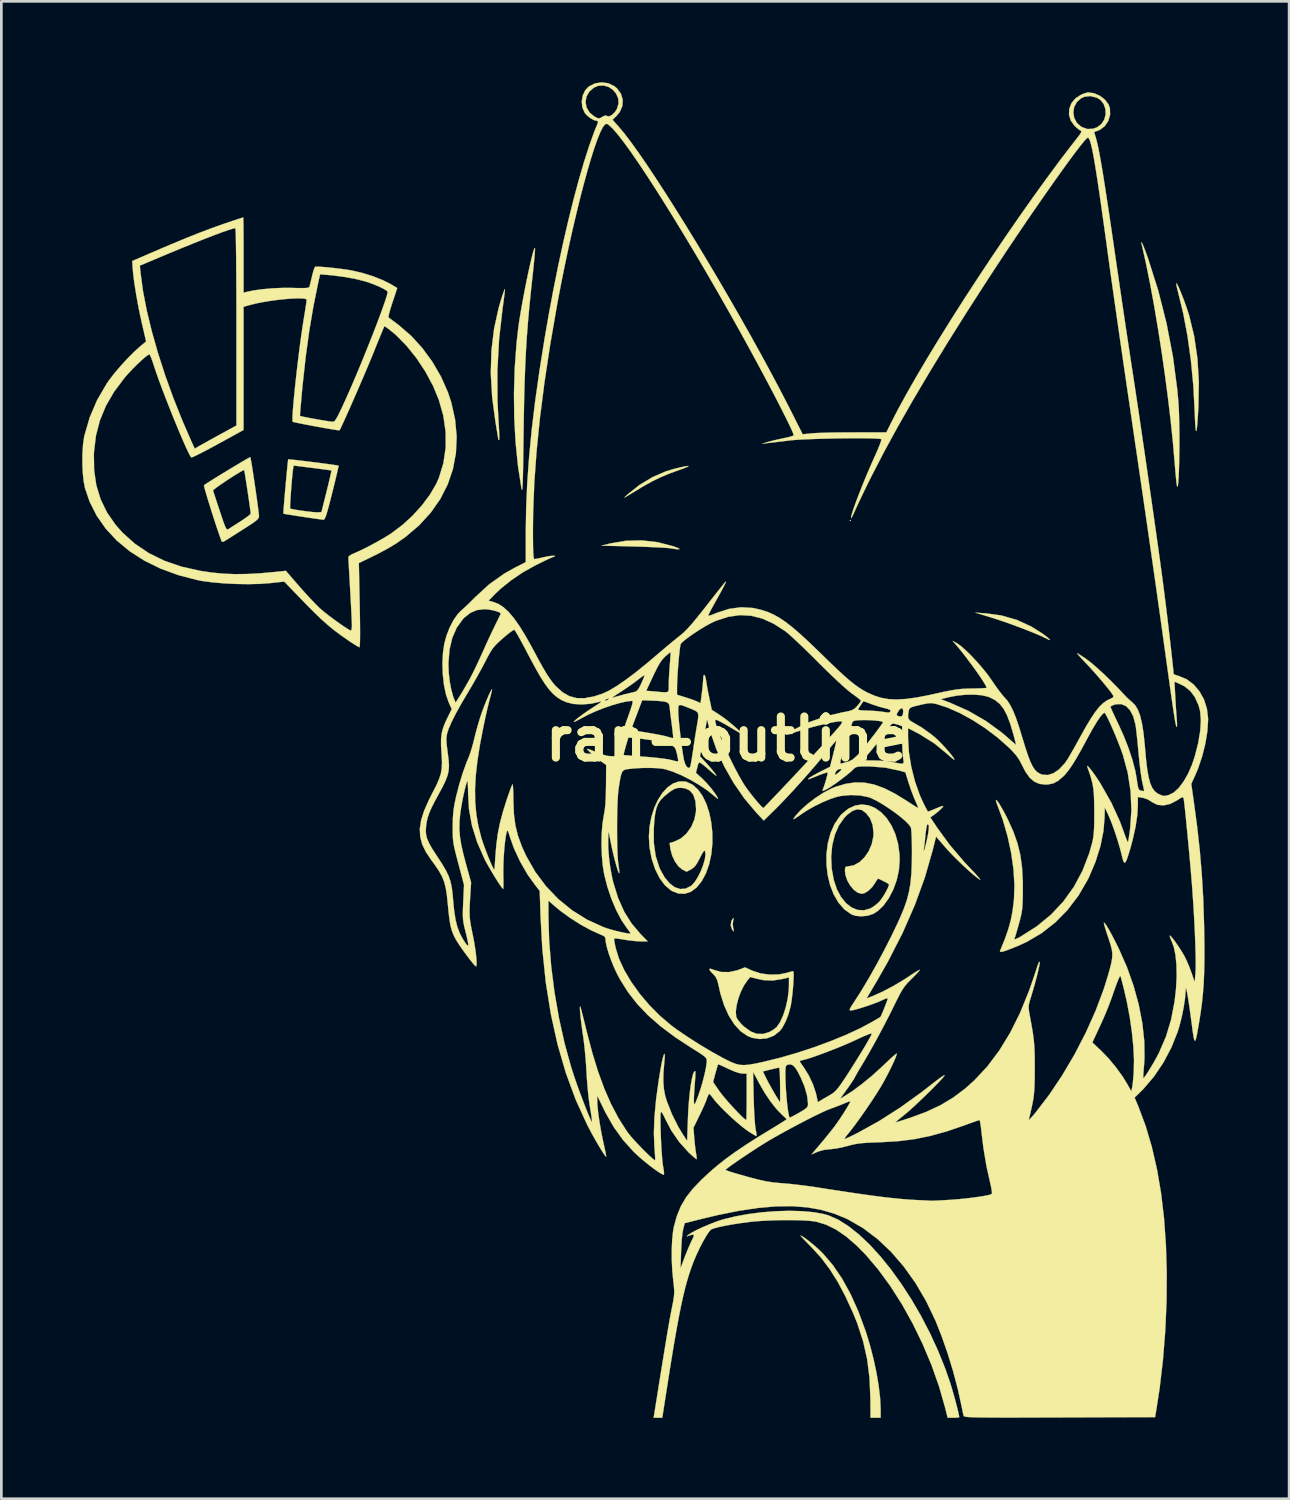
<source format=kicad_pcb>
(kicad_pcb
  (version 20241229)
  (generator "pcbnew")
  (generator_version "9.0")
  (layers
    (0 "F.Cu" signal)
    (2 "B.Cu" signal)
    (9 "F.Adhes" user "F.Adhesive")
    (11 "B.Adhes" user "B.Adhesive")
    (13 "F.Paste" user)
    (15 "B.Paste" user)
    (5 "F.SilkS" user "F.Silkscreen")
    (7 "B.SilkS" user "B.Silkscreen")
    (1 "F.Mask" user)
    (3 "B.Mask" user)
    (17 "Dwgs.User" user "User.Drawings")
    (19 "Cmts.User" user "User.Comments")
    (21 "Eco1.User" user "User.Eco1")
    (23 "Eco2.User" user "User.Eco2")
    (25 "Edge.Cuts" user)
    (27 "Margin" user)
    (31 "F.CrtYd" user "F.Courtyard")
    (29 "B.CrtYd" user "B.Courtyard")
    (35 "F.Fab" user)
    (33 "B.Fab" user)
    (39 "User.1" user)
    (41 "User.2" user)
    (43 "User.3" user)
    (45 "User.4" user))
  (footprint "ran-outline"
    (layer "F.Cu")
    (at 23.92 24.363)
    (property "Reference" "ran-outline" (at 0 0 0) (layer "F.SilkS") (effects (font (size 1.524 1.524) (thickness 0.3))))
    (attr through_hole)
    (fp_poly (pts (xy 4.594 -8.106) (xy 4.572 -8.084) (xy 4.55 -8.106) (xy 4.572 -8.128) (xy 4.594 -8.106)) (stroke (width 0.01) (type solid)) (fill yes) (layer "F.SilkS"))
    (fp_poly (pts (xy 0.247 6.655) (xy 0.227 6.737) (xy 0.212 6.88) (xy 0.226 6.999) (xy 0.251 7.109) (xy 0.241 7.137) (xy 0.197 7.084) (xy 0.186 7.066) (xy 0.136 6.913) (xy 0.16 6.756) (xy 0.197 6.69) (xy 0.24 6.639) (xy 0.247 6.655)) (stroke (width 0.01) (type solid)) (fill yes) (layer "F.SilkS"))
    (fp_poly (pts (xy -2.575 -7.3) (xy -2.003 -7.151) (xy -1.966 -7.138) (xy -1.821 -7.083) (xy -1.762 -7.049) (xy -1.788 -7.035) (xy -1.898 -7.043) (xy -2.092 -7.072) (xy -2.098 -7.073) (xy -2.202 -7.085) (xy -2.38 -7.097) (xy -2.617 -7.11) (xy -2.899 -7.122) (xy -3.21 -7.134) (xy -3.49 -7.142) (xy -4.66 -7.172) (xy -4.329 -7.254) (xy -3.753 -7.352) (xy -3.163 -7.367) (xy -2.575 -7.3)) (stroke (width 0.01) (type solid)) (fill yes) (layer "F.SilkS"))
    (fp_poly (pts (xy 9.586 -4.662) (xy 10.18 -4.581) (xy 10.749 -4.417) (xy 11.287 -4.171) (xy 11.727 -3.891) (xy 11.883 -3.773) (xy 11.967 -3.7) (xy 11.979 -3.672) (xy 11.919 -3.691) (xy 11.794 -3.752) (xy 11.638 -3.826) (xy 11.416 -3.92) (xy 11.146 -4.028) (xy 10.847 -4.143) (xy 10.536 -4.258) (xy 10.232 -4.365) (xy 9.953 -4.458) (xy 9.801 -4.506) (xy 9.21 -4.685) (xy 9.586 -4.662)) (stroke (width 0.01) (type solid)) (fill yes) (layer "F.SilkS"))
    (fp_poly (pts (xy -1.429 -10.117) (xy -1.5 -10.081) (xy -1.654 -10.022) (xy -1.745 -9.99) (xy -2.13 -9.849) (xy -2.46 -9.712) (xy -2.764 -9.565) (xy -3.073 -9.393) (xy -3.203 -9.316) (xy -3.384 -9.206) (xy -3.551 -9.104) (xy -3.681 -9.026) (xy -3.733 -8.994) (xy -3.796 -8.959) (xy -3.799 -8.968) (xy -3.739 -9.028) (xy -3.689 -9.073) (xy -3.244 -9.425) (xy -2.766 -9.713) (xy -2.269 -9.928) (xy -1.962 -10.02) (xy -1.708 -10.081) (xy -1.535 -10.117) (xy -1.441 -10.129) (xy -1.429 -10.117)) (stroke (width 0.01) (type solid)) (fill yes) (layer "F.SilkS"))
    (fp_poly (pts (xy 16.694 -16.877) (xy 16.742 -16.782) (xy 16.808 -16.634) (xy 16.883 -16.448) (xy 16.963 -16.239) (xy 17.04 -16.022) (xy 17.11 -15.812) (xy 17.144 -15.704) (xy 17.33 -14.937) (xy 17.45 -14.117) (xy 17.502 -13.248) (xy 17.486 -12.341) (xy 17.466 -11.981) (xy 17.447 -11.71) (xy 17.429 -11.527) (xy 17.412 -11.432) (xy 17.396 -11.425) (xy 17.382 -11.506) (xy 17.369 -11.675) (xy 17.356 -11.931) (xy 17.348 -12.148) (xy 17.298 -13.101) (xy 17.208 -14.036) (xy 17.083 -14.938) (xy 16.923 -15.788) (xy 16.736 -16.558) (xy 16.696 -16.715) (xy 16.671 -16.836) (xy 16.665 -16.899) (xy 16.667 -16.903) (xy 16.694 -16.877)) (stroke (width 0.01) (type solid)) (fill yes) (layer "F.SilkS"))
    (fp_poly (pts (xy -8.241 -16.645) (xy -8.253 -16.525) (xy -8.275 -16.349) (xy -8.304 -16.13) (xy -8.327 -15.969) (xy -8.455 -14.839) (xy -8.518 -13.686) (xy -8.516 -12.541) (xy -8.477 -11.792) (xy -8.462 -11.559) (xy -8.452 -11.357) (xy -8.448 -11.204) (xy -8.451 -11.115) (xy -8.455 -11.099) (xy -8.481 -11.091) (xy -8.481 -11.095) (xy -8.488 -11.143) (xy -8.508 -11.264) (xy -8.537 -11.439) (xy -8.573 -11.654) (xy -8.59 -11.757) (xy -8.714 -12.683) (xy -8.764 -13.565) (xy -8.74 -14.408) (xy -8.642 -15.218) (xy -8.47 -15.999) (xy -8.391 -16.269) (xy -8.334 -16.448) (xy -8.285 -16.589) (xy -8.252 -16.674) (xy -8.24 -16.691) (xy -8.241 -16.645)) (stroke (width 0.01) (type solid)) (fill yes) (layer "F.SilkS"))
    (fp_poly (pts (xy 2.79 18.449) (xy 2.905 18.525) (xy 3.051 18.636) (xy 3.214 18.77) (xy 3.377 18.913) (xy 3.523 19.053) (xy 3.559 19.089) (xy 3.927 19.52) (xy 4.267 20.018) (xy 4.581 20.588) (xy 4.871 21.235) (xy 5.14 21.963) (xy 5.167 22.043) (xy 5.31 22.517) (xy 5.437 23.012) (xy 5.543 23.51) (xy 5.624 23.99) (xy 5.677 24.432) (xy 5.697 24.814) (xy 5.698 24.837) (xy 5.698 25.179) (xy 5.323 25.179) (xy 5.317 24.439) (xy 5.285 23.696) (xy 5.196 23.002) (xy 5.046 22.336) (xy 4.83 21.676) (xy 4.678 21.299) (xy 4.396 20.684) (xy 4.11 20.145) (xy 3.811 19.67) (xy 3.492 19.247) (xy 3.144 18.864) (xy 3.132 18.851) (xy 2.978 18.696) (xy 2.852 18.565) (xy 2.764 18.471) (xy 2.724 18.424) (xy 2.723 18.421) (xy 2.79 18.449)) (stroke (width 0.01) (type solid)) (fill yes) (layer "F.SilkS"))
    (fp_poly (pts (xy 15.412 -18.365) (xy 15.467 -18.233) (xy 15.541 -18.04) (xy 15.62 -17.819) (xy 15.995 -16.639) (xy 16.304 -15.418) (xy 16.542 -14.18) (xy 16.704 -12.946) (xy 16.741 -12.528) (xy 16.756 -12.301) (xy 16.767 -12.038) (xy 16.774 -11.746) (xy 16.779 -11.436) (xy 16.781 -11.117) (xy 16.78 -10.798) (xy 16.776 -10.488) (xy 16.77 -10.198) (xy 16.762 -9.935) (xy 16.752 -9.711) (xy 16.74 -9.534) (xy 16.726 -9.413) (xy 16.711 -9.358) (xy 16.694 -9.378) (xy 16.687 -9.409) (xy 16.673 -9.509) (xy 16.655 -9.676) (xy 16.635 -9.889) (xy 16.615 -10.128) (xy 16.609 -10.204) (xy 16.544 -10.961) (xy 16.461 -11.77) (xy 16.361 -12.615) (xy 16.248 -13.48) (xy 16.123 -14.352) (xy 15.988 -15.213) (xy 15.847 -16.05) (xy 15.701 -16.846) (xy 15.553 -17.587) (xy 15.404 -18.256) (xy 15.386 -18.332) (xy 15.37 -18.42) (xy 15.379 -18.429) (xy 15.412 -18.365)) (stroke (width 0.01) (type solid)) (fill yes) (layer "F.SilkS"))
    (fp_poly (pts (xy -7.123 -18.21) (xy -7.123 -18.153) (xy -7.131 -18.022) (xy -7.148 -17.828) (xy -7.171 -17.587) (xy -7.2 -17.31) (xy -7.217 -17.152) (xy -7.283 -16.537) (xy -7.34 -15.966) (xy -7.388 -15.423) (xy -7.428 -14.893) (xy -7.461 -14.363) (xy -7.487 -13.816) (xy -7.509 -13.238) (xy -7.526 -12.615) (xy -7.539 -11.93) (xy -7.548 -11.286) (xy -7.555 -10.783) (xy -7.561 -10.362) (xy -7.566 -10.018) (xy -7.572 -9.745) (xy -7.578 -9.538) (xy -7.585 -9.39) (xy -7.592 -9.295) (xy -7.6 -9.249) (xy -7.61 -9.245) (xy -7.621 -9.277) (xy -7.63 -9.321) (xy -7.755 -10.125) (xy -7.843 -10.99) (xy -7.893 -11.897) (xy -7.904 -12.826) (xy -7.876 -13.758) (xy -7.809 -14.674) (xy -7.748 -15.218) (xy -7.713 -15.472) (xy -7.667 -15.761) (xy -7.613 -16.073) (xy -7.554 -16.398) (xy -7.491 -16.725) (xy -7.427 -17.045) (xy -7.363 -17.346) (xy -7.302 -17.619) (xy -7.247 -17.853) (xy -7.199 -18.037) (xy -7.16 -18.162) (xy -7.133 -18.216) (xy -7.123 -18.21)) (stroke (width 0.01) (type solid)) (fill yes) (layer "F.SilkS"))
    (fp_poly (pts (xy 0.942 8.597) (xy 1.245 8.696) (xy 1.584 8.742) (xy 1.925 8.734) (xy 2.178 8.685) (xy 2.316 8.646) (xy 2.418 8.62) (xy 2.454 8.614) (xy 2.468 8.655) (xy 2.471 8.766) (xy 2.467 8.929) (xy 2.455 9.126) (xy 2.437 9.341) (xy 2.414 9.555) (xy 2.388 9.75) (xy 2.361 9.907) (xy 2.279 10.21) (xy 2.171 10.488) (xy 2.046 10.718) (xy 1.952 10.839) (xy 1.739 11.006) (xy 1.484 11.104) (xy 1.207 11.131) (xy 0.926 11.084) (xy 0.76 11.017) (xy 0.506 10.844) (xy 0.274 10.592) (xy 0.068 10.269) (xy -0.005 10.108) (xy 0.326 10.108) (xy 0.339 10.29) (xy 0.355 10.341) (xy 0.417 10.439) (xy 0.522 10.564) (xy 0.629 10.669) (xy 0.87 10.846) (xy 1.105 10.937) (xy 1.341 10.942) (xy 1.568 10.872) (xy 1.705 10.794) (xy 1.821 10.705) (xy 1.842 10.685) (xy 1.969 10.502) (xy 2.083 10.251) (xy 2.179 9.955) (xy 2.25 9.634) (xy 2.29 9.309) (xy 2.297 9.124) (xy 2.297 8.846) (xy 2.043 8.906) (xy 1.695 8.96) (xy 1.366 8.948) (xy 1.125 8.899) (xy 0.861 8.83) (xy 0.758 8.954) (xy 0.626 9.147) (xy 0.511 9.379) (xy 0.418 9.631) (xy 0.355 9.881) (xy 0.326 10.108) (xy -0.005 10.108) (xy -0.107 9.882) (xy -0.247 9.44) (xy -0.313 9.145) (xy -0.358 8.963) (xy -0.417 8.835) (xy -0.505 8.73) (xy -0.516 8.72) (xy -0.623 8.607) (xy -0.658 8.54) (xy -0.621 8.521) (xy -0.514 8.554) (xy -0.475 8.571) (xy -0.216 8.643) (xy 0.075 8.647) (xy 0.375 8.582) (xy 0.421 8.565) (xy 0.67 8.472) (xy 0.942 8.597)) (stroke (width 0.01) (type solid)) (fill yes) (layer "F.SilkS"))
    (fp_poly (pts (xy -16.233 -10.371) (xy -16.116 -10.36) (xy -15.943 -10.341) (xy -15.729 -10.316) (xy -15.491 -10.287) (xy -15.243 -10.256) (xy -15.001 -10.225) (xy -14.782 -10.196) (xy -14.6 -10.17) (xy -14.471 -10.151) (xy -14.412 -10.14) (xy -14.41 -10.139) (xy -14.417 -10.095) (xy -14.442 -9.977) (xy -14.484 -9.798) (xy -14.539 -9.569) (xy -14.604 -9.302) (xy -14.648 -9.128) (xy -14.731 -8.799) (xy -14.798 -8.547) (xy -14.851 -8.364) (xy -14.893 -8.24) (xy -14.927 -8.167) (xy -14.956 -8.136) (xy -14.969 -8.133) (xy -15.036 -8.141) (xy -15.173 -8.16) (xy -15.365 -8.187) (xy -15.594 -8.221) (xy -15.744 -8.243) (xy -15.982 -8.279) (xy -16.186 -8.312) (xy -16.343 -8.337) (xy -16.437 -8.354) (xy -16.457 -8.36) (xy -16.457 -8.405) (xy -16.449 -8.524) (xy -16.442 -8.621) (xy -16.209 -8.621) (xy -16.209 -8.555) (xy -16.207 -8.55) (xy -16.153 -8.533) (xy -16.034 -8.509) (xy -15.87 -8.482) (xy -15.686 -8.456) (xy -15.501 -8.432) (xy -15.34 -8.415) (xy -15.224 -8.408) (xy -15.198 -8.408) (xy -15.046 -8.415) (xy -14.854 -9.183) (xy -14.793 -9.429) (xy -14.742 -9.644) (xy -14.703 -9.813) (xy -14.68 -9.923) (xy -14.675 -9.959) (xy -14.721 -9.968) (xy -14.839 -9.985) (xy -15.015 -10.008) (xy -15.234 -10.037) (xy -15.382 -10.055) (xy -16.076 -10.143) (xy -16.097 -10.03) (xy -16.11 -9.934) (xy -16.126 -9.78) (xy -16.144 -9.585) (xy -16.162 -9.367) (xy -16.179 -9.144) (xy -16.193 -8.933) (xy -16.204 -8.753) (xy -16.209 -8.621) (xy -16.442 -8.621) (xy -16.436 -8.699) (xy -16.418 -8.918) (xy -16.397 -9.163) (xy -16.374 -9.42) (xy -16.351 -9.675) (xy -16.329 -9.911) (xy -16.309 -10.113) (xy -16.293 -10.267) (xy -16.282 -10.356) (xy -16.278 -10.373) (xy -16.233 -10.371)) (stroke (width 0.01) (type solid)) (fill yes) (layer "F.SilkS"))
    (fp_poly (pts (xy -17.672 -10.406) (xy -17.65 -10.285) (xy -17.62 -10.106) (xy -17.585 -9.882) (xy -17.547 -9.629) (xy -17.507 -9.361) (xy -17.468 -9.093) (xy -17.433 -8.838) (xy -17.402 -8.613) (xy -17.379 -8.43) (xy -17.365 -8.305) (xy -17.362 -8.261) (xy -17.371 -8.21) (xy -17.409 -8.155) (xy -17.485 -8.087) (xy -17.611 -7.996) (xy -17.797 -7.874) (xy -17.902 -7.808) (xy -18.108 -7.677) (xy -18.3 -7.555) (xy -18.459 -7.454) (xy -18.567 -7.385) (xy -18.586 -7.373) (xy -18.685 -7.318) (xy -18.736 -7.316) (xy -18.752 -7.34) (xy -18.813 -7.51) (xy -18.887 -7.724) (xy -18.969 -7.969) (xy -19.054 -8.23) (xy -19.138 -8.495) (xy -19.218 -8.75) (xy -19.289 -8.982) (xy -19.346 -9.176) (xy -19.357 -9.215) (xy -19.07 -9.215) (xy -19.05 -9.159) (xy -19.008 -9.033) (xy -18.949 -8.853) (xy -18.876 -8.634) (xy -18.815 -8.449) (xy -18.728 -8.189) (xy -18.664 -8.003) (xy -18.616 -7.878) (xy -18.579 -7.806) (xy -18.548 -7.775) (xy -18.518 -7.774) (xy -18.488 -7.79) (xy -18.413 -7.839) (xy -18.284 -7.921) (xy -18.125 -8.023) (xy -18.034 -8.081) (xy -17.879 -8.185) (xy -17.756 -8.275) (xy -17.683 -8.34) (xy -17.67 -8.362) (xy -17.676 -8.424) (xy -17.693 -8.554) (xy -17.718 -8.733) (xy -17.749 -8.946) (xy -17.783 -9.174) (xy -17.818 -9.403) (xy -17.85 -9.614) (xy -17.878 -9.79) (xy -17.9 -9.916) (xy -17.911 -9.973) (xy -17.912 -9.975) (xy -17.956 -9.962) (xy -18.056 -9.907) (xy -18.198 -9.823) (xy -18.366 -9.717) (xy -18.544 -9.601) (xy -18.718 -9.484) (xy -18.872 -9.377) (xy -18.991 -9.289) (xy -19.059 -9.231) (xy -19.07 -9.215) (xy -19.357 -9.215) (xy -19.386 -9.32) (xy -19.403 -9.4) (xy -19.403 -9.411) (xy -19.34 -9.456) (xy -19.22 -9.535) (xy -19.055 -9.639) (xy -18.858 -9.761) (xy -18.643 -9.893) (xy -18.422 -10.027) (xy -18.209 -10.155) (xy -18.016 -10.27) (xy -17.855 -10.363) (xy -17.741 -10.427) (xy -17.687 -10.454) (xy -17.684 -10.454) (xy -17.672 -10.406)) (stroke (width 0.01) (type solid)) (fill yes) (layer "F.SilkS"))
    (fp_poly (pts (xy -1.554 1.578) (xy -1.509 1.588) (xy -1.281 1.694) (xy -1.08 1.873) (xy -0.908 2.114) (xy -0.767 2.407) (xy -0.658 2.741) (xy -0.584 3.104) (xy -0.545 3.486) (xy -0.543 3.875) (xy -0.581 4.261) (xy -0.66 4.632) (xy -0.781 4.978) (xy -0.937 5.272) (xy -1.128 5.51) (xy -1.341 5.667) (xy -1.568 5.742) (xy -1.805 5.733) (xy -2.045 5.639) (xy -2.079 5.618) (xy -2.303 5.428) (xy -2.5 5.163) (xy -2.664 4.836) (xy -2.791 4.458) (xy -2.872 4.041) (xy -2.877 4.003) (xy -2.899 3.62) (xy -2.88 3.335) (xy -2.717 3.335) (xy -2.715 3.866) (xy -2.647 4.341) (xy -2.511 4.767) (xy -2.474 4.85) (xy -2.312 5.139) (xy -2.13 5.357) (xy -1.936 5.5) (xy -1.736 5.566) (xy -1.536 5.551) (xy -1.342 5.453) (xy -1.314 5.431) (xy -1.198 5.304) (xy -1.083 5.124) (xy -0.977 4.912) (xy -0.889 4.689) (xy -0.827 4.476) (xy -0.8 4.295) (xy -0.814 4.167) (xy -0.838 4.144) (xy -0.876 4.177) (xy -0.935 4.275) (xy -1.008 4.417) (xy -1.106 4.602) (xy -1.191 4.723) (xy -1.281 4.804) (xy -1.336 4.837) (xy -1.502 4.925) (xy -1.666 4.837) (xy -1.805 4.722) (xy -1.933 4.543) (xy -2.035 4.326) (xy -2.098 4.096) (xy -2.103 4.061) (xy -2.13 3.86) (xy -1.958 3.808) (xy -1.715 3.692) (xy -1.502 3.505) (xy -1.33 3.264) (xy -1.21 2.986) (xy -1.152 2.687) (xy -1.149 2.594) (xy -1.174 2.295) (xy -1.251 2.069) (xy -1.38 1.913) (xy -1.561 1.828) (xy -1.719 1.811) (xy -1.849 1.821) (xy -1.962 1.859) (xy -2.092 1.939) (xy -2.163 1.991) (xy -2.334 2.129) (xy -2.463 2.262) (xy -2.558 2.406) (xy -2.624 2.577) (xy -2.669 2.792) (xy -2.7 3.066) (xy -2.717 3.335) (xy -2.88 3.335) (xy -2.873 3.245) (xy -2.805 2.887) (xy -2.699 2.554) (xy -2.561 2.255) (xy -2.395 1.999) (xy -2.206 1.794) (xy -2 1.65) (xy -1.781 1.575) (xy -1.554 1.578)) (stroke (width 0.01) (type solid)) (fill yes) (layer "F.SilkS"))
    (fp_poly (pts (xy 5.248 2.461) (xy 5.49 2.559) (xy 5.716 2.719) (xy 5.921 2.935) (xy 6.097 3.204) (xy 6.24 3.519) (xy 6.342 3.877) (xy 6.397 4.271) (xy 6.404 4.488) (xy 6.376 4.861) (xy 6.295 5.231) (xy 6.168 5.584) (xy 6.002 5.904) (xy 5.806 6.176) (xy 5.585 6.387) (xy 5.418 6.49) (xy 5.215 6.556) (xy 4.987 6.579) (xy 4.768 6.56) (xy 4.616 6.509) (xy 4.355 6.324) (xy 4.135 6.072) (xy 3.957 5.767) (xy 3.822 5.419) (xy 3.732 5.042) (xy 3.688 4.648) (xy 3.689 4.366) (xy 3.863 4.366) (xy 3.882 4.805) (xy 3.96 5.231) (xy 4.074 5.572) (xy 4.227 5.859) (xy 4.41 6.086) (xy 4.618 6.249) (xy 4.841 6.341) (xy 5.074 6.356) (xy 5.308 6.29) (xy 5.336 6.277) (xy 5.474 6.187) (xy 5.612 6.072) (xy 5.64 6.045) (xy 5.724 5.941) (xy 5.816 5.801) (xy 5.904 5.652) (xy 5.971 5.516) (xy 6.005 5.421) (xy 6.007 5.405) (xy 5.992 5.38) (xy 5.943 5.345) (xy 5.844 5.292) (xy 5.682 5.213) (xy 5.61 5.179) (xy 5.577 5.207) (xy 5.522 5.289) (xy 5.501 5.326) (xy 5.384 5.495) (xy 5.241 5.633) (xy 5.094 5.721) (xy 4.994 5.743) (xy 4.848 5.702) (xy 4.701 5.593) (xy 4.567 5.434) (xy 4.459 5.244) (xy 4.391 5.041) (xy 4.374 4.892) (xy 4.38 4.783) (xy 4.412 4.736) (xy 4.485 4.727) (xy 4.705 4.685) (xy 4.914 4.568) (xy 5.1 4.389) (xy 5.255 4.163) (xy 5.367 3.902) (xy 5.427 3.619) (xy 5.433 3.487) (xy 5.401 3.188) (xy 5.302 2.938) (xy 5.157 2.75) (xy 5.001 2.636) (xy 4.834 2.608) (xy 4.654 2.666) (xy 4.46 2.81) (xy 4.354 2.918) (xy 4.15 3.206) (xy 3.999 3.553) (xy 3.902 3.944) (xy 3.863 4.366) (xy 3.689 4.366) (xy 3.69 4.249) (xy 3.741 3.858) (xy 3.841 3.487) (xy 3.991 3.149) (xy 4.194 2.855) (xy 4.254 2.789) (xy 4.494 2.589) (xy 4.744 2.471) (xy 4.997 2.43) (xy 5.248 2.461)) (stroke (width 0.01) (type solid)) (fill yes) (layer "F.SilkS"))
    (fp_poly (pts (xy -17.944 -19.306) (xy -17.941 -19.186) (xy -17.939 -18.998) (xy -17.937 -18.754) (xy -17.935 -18.463) (xy -17.935 -18.137) (xy -17.935 -17.952) (xy -17.935 -16.555) (xy -17.835 -16.582) (xy -17.565 -16.639) (xy -17.233 -16.685) (xy -16.865 -16.717) (xy -16.487 -16.734) (xy -16.135 -16.733) (xy -15.884 -16.727) (xy -15.707 -16.726) (xy -15.593 -16.732) (xy -15.526 -16.745) (xy -15.495 -16.767) (xy -15.487 -16.783) (xy -15.469 -16.859) (xy -15.437 -16.992) (xy -15.398 -17.157) (xy -15.394 -17.173) (xy -15.353 -17.331) (xy -15.315 -17.451) (xy -15.287 -17.512) (xy -15.285 -17.515) (xy -15.224 -17.521) (xy -15.094 -17.517) (xy -14.912 -17.504) (xy -14.697 -17.483) (xy -14.466 -17.458) (xy -14.237 -17.429) (xy -14.028 -17.398) (xy -13.924 -17.38) (xy -13.53 -17.289) (xy -13.132 -17.165) (xy -12.764 -17.018) (xy -12.523 -16.898) (xy -12.385 -16.819) (xy -12.283 -16.759) (xy -12.237 -16.728) (xy -12.236 -16.727) (xy -12.249 -16.683) (xy -12.286 -16.572) (xy -12.339 -16.41) (xy -12.405 -16.213) (xy -12.413 -16.19) (xy -12.477 -15.989) (xy -12.526 -15.819) (xy -12.554 -15.697) (xy -12.558 -15.639) (xy -12.556 -15.638) (xy -12.509 -15.601) (xy -12.407 -15.525) (xy -12.27 -15.422) (xy -12.179 -15.353) (xy -11.725 -14.963) (xy -11.305 -14.503) (xy -10.929 -13.988) (xy -10.608 -13.435) (xy -10.353 -12.859) (xy -10.231 -12.492) (xy -10.087 -11.848) (xy -10.029 -11.218) (xy -10.057 -10.606) (xy -10.168 -10.014) (xy -10.36 -9.447) (xy -10.634 -8.908) (xy -10.987 -8.401) (xy -11.417 -7.93) (xy -11.924 -7.498) (xy -12.267 -7.257) (xy -12.46 -7.139) (xy -12.7 -7.003) (xy -12.954 -6.868) (xy -13.145 -6.773) (xy -13.658 -6.526) (xy -13.626 -4.964) (xy -13.618 -4.529) (xy -13.614 -4.158) (xy -13.613 -3.855) (xy -13.616 -3.626) (xy -13.622 -3.475) (xy -13.632 -3.405) (xy -13.635 -3.401) (xy -13.687 -3.425) (xy -13.794 -3.489) (xy -13.94 -3.582) (xy -14.072 -3.671) (xy -14.34 -3.859) (xy -14.583 -4.041) (xy -14.814 -4.231) (xy -15.05 -4.442) (xy -15.306 -4.687) (xy -15.597 -4.98) (xy -15.749 -5.137) (xy -16.427 -5.839) (xy -16.919 -5.785) (xy -17.303 -5.755) (xy -17.737 -5.744) (xy -18.196 -5.75) (xy -18.655 -5.773) (xy -19.089 -5.81) (xy -19.473 -5.862) (xy -19.64 -5.893) (xy -20.353 -6.078) (xy -21.013 -6.32) (xy -21.615 -6.616) (xy -22.157 -6.963) (xy -22.635 -7.358) (xy -23.045 -7.799) (xy -23.383 -8.283) (xy -23.647 -8.806) (xy -23.815 -9.299) (xy -23.866 -9.558) (xy -23.9 -9.878) (xy -23.915 -10.229) (xy -23.912 -10.58) (xy -23.487 -10.58) (xy -23.479 -9.973) (xy -23.397 -9.412) (xy -23.238 -8.891) (xy -23.002 -8.405) (xy -22.686 -7.949) (xy -22.432 -7.661) (xy -21.974 -7.248) (xy -21.455 -6.898) (xy -20.876 -6.613) (xy -20.237 -6.392) (xy -19.538 -6.236) (xy -19.52 -6.233) (xy -19.094 -6.171) (xy -18.679 -6.132) (xy -18.257 -6.115) (xy -17.809 -6.12) (xy -17.316 -6.147) (xy -16.761 -6.197) (xy -16.631 -6.21) (xy -16.366 -6.238) (xy -15.854 -5.646) (xy -15.663 -5.431) (xy -15.468 -5.218) (xy -15.285 -5.027) (xy -15.132 -4.874) (xy -15.058 -4.806) (xy -14.927 -4.697) (xy -14.762 -4.569) (xy -14.581 -4.433) (xy -14.397 -4.301) (xy -14.226 -4.183) (xy -14.084 -4.09) (xy -13.986 -4.033) (xy -13.951 -4.02) (xy -13.929 -4.059) (xy -13.916 -4.158) (xy -13.915 -4.208) (xy -13.918 -4.303) (xy -13.925 -4.471) (xy -13.936 -4.7) (xy -13.95 -4.974) (xy -13.966 -5.28) (xy -13.981 -5.544) (xy -13.998 -5.855) (xy -14.014 -6.139) (xy -14.028 -6.383) (xy -14.038 -6.574) (xy -14.044 -6.7) (xy -14.047 -6.748) (xy -14.009 -6.796) (xy -13.915 -6.853) (xy -13.86 -6.877) (xy -13.647 -6.97) (xy -13.385 -7.098) (xy -13.102 -7.247) (xy -12.821 -7.404) (xy -12.568 -7.556) (xy -12.436 -7.642) (xy -12.033 -7.946) (xy -11.653 -8.296) (xy -11.311 -8.675) (xy -11.019 -9.068) (xy -10.79 -9.459) (xy -10.688 -9.687) (xy -10.52 -10.24) (xy -10.437 -10.811) (xy -10.439 -11.396) (xy -10.524 -11.99) (xy -10.693 -12.586) (xy -10.907 -13.102) (xy -11.19 -13.629) (xy -11.521 -14.128) (xy -11.884 -14.581) (xy -12.268 -14.971) (xy -12.403 -15.087) (xy -12.536 -15.194) (xy -12.642 -15.272) (xy -12.703 -15.309) (xy -12.711 -15.31) (xy -12.732 -15.266) (xy -12.781 -15.151) (xy -12.852 -14.977) (xy -12.943 -14.757) (xy -13.047 -14.5) (xy -13.116 -14.327) (xy -13.208 -14.103) (xy -13.318 -13.84) (xy -13.441 -13.548) (xy -13.574 -13.239) (xy -13.71 -12.923) (xy -13.846 -12.612) (xy -13.976 -12.316) (xy -14.096 -12.047) (xy -14.2 -11.815) (xy -14.285 -11.631) (xy -14.345 -11.506) (xy -14.376 -11.451) (xy -14.377 -11.45) (xy -14.423 -11.453) (xy -14.54 -11.469) (xy -14.712 -11.497) (xy -14.922 -11.533) (xy -15.154 -11.575) (xy -15.392 -11.619) (xy -15.62 -11.662) (xy -15.823 -11.702) (xy -15.983 -11.735) (xy -16.085 -11.759) (xy -16.113 -11.769) (xy -16.122 -11.826) (xy -16.119 -11.959) (xy -16.118 -11.988) (xy -15.842 -11.988) (xy -15.842 -11.985) (xy -15.794 -11.97) (xy -15.678 -11.945) (xy -15.514 -11.913) (xy -15.32 -11.877) (xy -15.117 -11.841) (xy -14.924 -11.809) (xy -14.761 -11.783) (xy -14.646 -11.768) (xy -14.603 -11.765) (xy -14.566 -11.785) (xy -14.517 -11.846) (xy -14.453 -11.956) (xy -14.368 -12.123) (xy -14.259 -12.354) (xy -14.121 -12.658) (xy -14.102 -12.7) (xy -13.945 -13.055) (xy -13.782 -13.436) (xy -13.616 -13.832) (xy -13.451 -14.235) (xy -13.29 -14.635) (xy -13.137 -15.022) (xy -12.996 -15.388) (xy -12.87 -15.722) (xy -12.763 -16.017) (xy -12.678 -16.261) (xy -12.62 -16.446) (xy -12.592 -16.563) (xy -12.59 -16.586) (xy -12.629 -16.632) (xy -12.734 -16.697) (xy -12.889 -16.773) (xy -13.075 -16.853) (xy -13.274 -16.927) (xy -13.447 -16.982) (xy -13.793 -17.067) (xy -14.191 -17.14) (xy -14.607 -17.194) (xy -14.738 -17.207) (xy -15.096 -17.238) (xy -15.169 -16.913) (xy -15.343 -16.055) (xy -15.496 -15.153) (xy -15.628 -14.194) (xy -15.741 -13.164) (xy -15.767 -12.899) (xy -15.791 -12.627) (xy -15.812 -12.386) (xy -15.829 -12.191) (xy -15.839 -12.054) (xy -15.842 -11.988) (xy -16.118 -11.988) (xy -16.108 -12.159) (xy -16.087 -12.416) (xy -16.06 -12.718) (xy -16.026 -13.056) (xy -15.987 -13.419) (xy -15.944 -13.796) (xy -15.898 -14.178) (xy -15.851 -14.553) (xy -15.803 -14.912) (xy -15.755 -15.243) (xy -15.709 -15.537) (xy -15.701 -15.59) (xy -15.663 -15.821) (xy -15.63 -16.024) (xy -15.607 -16.182) (xy -15.595 -16.276) (xy -15.593 -16.293) (xy -15.635 -16.325) (xy -15.749 -16.342) (xy -15.925 -16.345) (xy -16.147 -16.337) (xy -16.403 -16.317) (xy -16.679 -16.287) (xy -16.963 -16.248) (xy -17.24 -16.202) (xy -17.498 -16.15) (xy -17.703 -16.098) (xy -17.935 -16.033) (xy -17.935 -13.748) (xy -17.936 -11.463) (xy -18.885 -10.941) (xy -19.149 -10.798) (xy -19.388 -10.672) (xy -19.591 -10.568) (xy -19.747 -10.492) (xy -19.845 -10.45) (xy -19.873 -10.444) (xy -19.914 -10.5) (xy -19.98 -10.627) (xy -20.07 -10.817) (xy -20.177 -11.058) (xy -20.298 -11.34) (xy -20.428 -11.653) (xy -20.564 -11.985) (xy -20.7 -12.328) (xy -20.834 -12.669) (xy -20.96 -12.999) (xy -21.074 -13.307) (xy -21.172 -13.583) (xy -21.249 -13.815) (xy -21.31 -14) (xy -21.365 -14.148) (xy -21.407 -14.243) (xy -21.426 -14.268) (xy -21.49 -14.237) (xy -21.6 -14.153) (xy -21.743 -14.028) (xy -21.906 -13.873) (xy -22.075 -13.703) (xy -22.237 -13.528) (xy -22.347 -13.402) (xy -22.736 -12.884) (xy -23.04 -12.36) (xy -23.263 -11.821) (xy -23.41 -11.257) (xy -23.482 -10.66) (xy -23.487 -10.58) (xy -23.912 -10.58) (xy -23.911 -10.586) (xy -23.89 -10.922) (xy -23.849 -11.208) (xy -23.839 -11.252) (xy -23.641 -11.933) (xy -23.363 -12.58) (xy -23.009 -13.185) (xy -22.924 -13.308) (xy -22.731 -13.56) (xy -22.496 -13.836) (xy -22.241 -14.113) (xy -21.989 -14.366) (xy -21.761 -14.572) (xy -21.741 -14.589) (xy -21.55 -14.746) (xy -21.707 -15.424) (xy -21.787 -15.787) (xy -21.862 -16.17) (xy -21.929 -16.552) (xy -21.986 -16.913) (xy -22.027 -17.231) (xy -22.05 -17.484) (xy -22.051 -17.49) (xy -22.055 -17.559) (xy -21.783 -17.559) (xy -21.754 -17.272) (xy -21.665 -16.612) (xy -21.526 -15.893) (xy -21.34 -15.126) (xy -21.112 -14.323) (xy -20.845 -13.495) (xy -20.541 -12.653) (xy -20.205 -11.81) (xy -19.882 -11.067) (xy -19.747 -10.769) (xy -19.603 -10.854) (xy -19.515 -10.904) (xy -19.366 -10.987) (xy -19.174 -11.094) (xy -18.956 -11.214) (xy -18.829 -11.284) (xy -18.2 -11.628) (xy -18.2 -15.289) (xy -18.2 -15.888) (xy -18.201 -16.449) (xy -18.204 -16.968) (xy -18.207 -17.439) (xy -18.21 -17.857) (xy -18.215 -18.215) (xy -18.219 -18.509) (xy -18.225 -18.733) (xy -18.231 -18.881) (xy -18.237 -18.947) (xy -18.239 -18.951) (xy -18.328 -18.933) (xy -18.492 -18.882) (xy -18.726 -18.8) (xy -19.023 -18.689) (xy -19.379 -18.552) (xy -19.787 -18.389) (xy -20.242 -18.205) (xy -20.737 -18) (xy -21.217 -17.798) (xy -21.783 -17.559) (xy -22.055 -17.559) (xy -22.065 -17.73) (xy -21.314 -18.055) (xy -20.668 -18.331) (xy -20.093 -18.57) (xy -19.577 -18.776) (xy -19.114 -18.951) (xy -18.694 -19.101) (xy -18.599 -19.133) (xy -18.377 -19.208) (xy -18.187 -19.271) (xy -18.044 -19.318) (xy -17.961 -19.344) (xy -17.947 -19.348) (xy -17.944 -19.306)) (stroke (width 0.01) (type solid)) (fill yes) (layer "F.SilkS"))
    (fp_poly (pts (xy -4.407 -24.325) (xy -4.184 -24.219) (xy -4.083 -24.135) (xy -3.935 -23.932) (xy -3.869 -23.709) (xy -3.884 -23.48) (xy -3.979 -23.26) (xy -4.09 -23.124) (xy -4.246 -22.968) (xy -4.02 -22.715) (xy -3.813 -22.467) (xy -3.569 -22.147) (xy -3.292 -21.762) (xy -2.985 -21.317) (xy -2.653 -20.818) (xy -2.299 -20.273) (xy -1.927 -19.688) (xy -1.54 -19.068) (xy -1.143 -18.421) (xy -0.74 -17.751) (xy -0.334 -17.067) (xy 0.071 -16.374) (xy 0.471 -15.677) (xy 0.862 -14.985) (xy 1.241 -14.302) (xy 1.603 -13.636) (xy 1.946 -12.992) (xy 2.264 -12.377) (xy 2.376 -12.156) (xy 2.805 -11.303) (xy 3.158 -11.339) (xy 3.3 -11.349) (xy 3.513 -11.357) (xy 3.782 -11.365) (xy 4.09 -11.37) (xy 4.422 -11.373) (xy 4.711 -11.374) (xy 5.91 -11.374) (xy 6.073 -11.702) (xy 6.339 -12.22) (xy 6.656 -12.799) (xy 7.016 -13.43) (xy 7.415 -14.105) (xy 7.847 -14.816) (xy 8.308 -15.555) (xy 8.79 -16.312) (xy 9.29 -17.08) (xy 9.801 -17.851) (xy 10.318 -18.616) (xy 10.836 -19.366) (xy 11.349 -20.094) (xy 11.852 -20.791) (xy 12.339 -21.449) (xy 12.805 -22.059) (xy 13.014 -22.326) (xy 13.106 -22.45) (xy 13.143 -22.524) (xy 13.131 -22.56) (xy 13.12 -22.565) (xy 13.051 -22.607) (xy 12.951 -22.691) (xy 12.891 -22.748) (xy 12.75 -22.943) (xy 12.685 -23.158) (xy 12.689 -23.238) (xy 12.846 -23.238) (xy 12.88 -23.036) (xy 12.978 -22.854) (xy 13.139 -22.713) (xy 13.163 -22.699) (xy 13.373 -22.626) (xy 13.581 -22.638) (xy 13.726 -22.691) (xy 13.889 -22.811) (xy 13.995 -22.977) (xy 14.044 -23.169) (xy 14.037 -23.368) (xy 13.973 -23.553) (xy 13.854 -23.705) (xy 13.716 -23.79) (xy 13.481 -23.849) (xy 13.259 -23.825) (xy 13.133 -23.767) (xy 12.972 -23.623) (xy 12.876 -23.44) (xy 12.846 -23.238) (xy 12.689 -23.238) (xy 12.696 -23.378) (xy 12.777 -23.585) (xy 12.926 -23.766) (xy 13.14 -23.903) (xy 13.14 -23.903) (xy 13.271 -23.954) (xy 13.382 -23.983) (xy 13.407 -23.985) (xy 13.625 -23.951) (xy 13.835 -23.857) (xy 14.016 -23.717) (xy 14.148 -23.547) (xy 14.203 -23.399) (xy 14.21 -23.156) (xy 14.144 -22.93) (xy 14.016 -22.738) (xy 13.836 -22.6) (xy 13.763 -22.568) (xy 13.618 -22.516) (xy 13.677 -22.318) (xy 13.713 -22.189) (xy 13.752 -22.025) (xy 13.794 -21.822) (xy 13.84 -21.575) (xy 13.892 -21.278) (xy 13.951 -20.926) (xy 14.016 -20.513) (xy 14.09 -20.034) (xy 14.173 -19.484) (xy 14.266 -18.857) (xy 14.369 -18.148) (xy 14.374 -18.111) (xy 14.454 -17.565) (xy 14.536 -17.006) (xy 14.618 -16.446) (xy 14.699 -15.898) (xy 14.777 -15.375) (xy 14.85 -14.889) (xy 14.915 -14.454) (xy 14.972 -14.081) (xy 15.015 -13.804) (xy 15.08 -13.382) (xy 15.155 -12.886) (xy 15.239 -12.327) (xy 15.329 -11.719) (xy 15.423 -11.074) (xy 15.521 -10.405) (xy 15.619 -9.724) (xy 15.717 -9.045) (xy 15.812 -8.38) (xy 15.903 -7.741) (xy 15.987 -7.142) (xy 16.063 -6.595) (xy 16.129 -6.113) (xy 16.167 -5.827) (xy 16.203 -5.551) (xy 16.243 -5.235) (xy 16.286 -4.891) (xy 16.33 -4.529) (xy 16.374 -4.162) (xy 16.416 -3.801) (xy 16.456 -3.457) (xy 16.491 -3.143) (xy 16.521 -2.87) (xy 16.545 -2.649) (xy 16.56 -2.493) (xy 16.565 -2.412) (xy 16.565 -2.41) (xy 16.604 -2.387) (xy 16.7 -2.354) (xy 16.753 -2.339) (xy 17.047 -2.217) (xy 17.307 -2.023) (xy 17.525 -1.768) (xy 17.693 -1.463) (xy 17.802 -1.122) (xy 17.846 -0.755) (xy 17.846 -0.714) (xy 17.819 -0.29) (xy 17.743 0.173) (xy 17.625 0.646) (xy 17.471 1.101) (xy 17.374 1.33) (xy 17.221 1.666) (xy 17.312 2.302) (xy 17.439 3.251) (xy 17.538 4.148) (xy 17.612 5.025) (xy 17.664 5.913) (xy 17.695 6.843) (xy 17.701 7.143) (xy 17.708 7.718) (xy 17.708 8.219) (xy 17.699 8.664) (xy 17.682 9.065) (xy 17.654 9.44) (xy 17.616 9.803) (xy 17.566 10.169) (xy 17.515 10.491) (xy 17.462 10.798) (xy 17.42 11.018) (xy 17.387 11.152) (xy 17.358 11.199) (xy 17.331 11.161) (xy 17.304 11.038) (xy 17.272 10.83) (xy 17.234 10.537) (xy 17.233 10.528) (xy 17.196 10.25) (xy 17.158 9.979) (xy 17.122 9.738) (xy 17.092 9.547) (xy 17.075 9.453) (xy 17.045 9.308) (xy 17.027 9.243) (xy 17.017 9.252) (xy 17.012 9.329) (xy 17.012 9.343) (xy 16.989 9.626) (xy 16.938 9.96) (xy 16.867 10.313) (xy 16.781 10.652) (xy 16.718 10.858) (xy 16.485 11.442) (xy 16.187 12.004) (xy 15.837 12.524) (xy 15.445 12.983) (xy 15.36 13.068) (xy 15.119 13.304) (xy 15.263 13.645) (xy 15.527 14.351) (xy 15.758 15.131) (xy 15.951 15.973) (xy 16.101 16.852) (xy 16.211 17.782) (xy 16.281 18.774) (xy 16.312 19.81) (xy 16.304 20.875) (xy 16.257 21.951) (xy 16.172 23.022) (xy 16.05 24.07) (xy 15.934 24.826) (xy 15.878 25.157) (xy 12.337 25.168) (xy 11.694 25.17) (xy 11.134 25.172) (xy 10.65 25.173) (xy 10.238 25.173) (xy 9.891 25.172) (xy 9.604 25.17) (xy 9.372 25.168) (xy 9.187 25.164) (xy 9.046 25.159) (xy 8.941 25.152) (xy 8.868 25.145) (xy 8.82 25.135) (xy 8.792 25.124) (xy 8.778 25.111) (xy 8.775 25.102) (xy 8.755 25.018) (xy 8.726 24.881) (xy 8.702 24.759) (xy 8.564 24.128) (xy 8.388 23.46) (xy 8.182 22.787) (xy 7.956 22.141) (xy 7.731 21.576) (xy 7.385 20.852) (xy 6.992 20.182) (xy 6.557 19.571) (xy 6.085 19.024) (xy 5.58 18.547) (xy 5.048 18.145) (xy 4.492 17.824) (xy 4.439 17.798) (xy 3.978 17.608) (xy 3.491 17.467) (xy 2.972 17.375) (xy 2.414 17.332) (xy 1.812 17.339) (xy 1.159 17.396) (xy 0.449 17.501) (xy -0.323 17.656) (xy -0.909 17.795) (xy -1.568 17.961) (xy -1.626 18.18) (xy -1.65 18.306) (xy -1.672 18.497) (xy -1.69 18.728) (xy -1.703 18.974) (xy -1.705 19.017) (xy -1.725 19.635) (xy -1.577 19.238) (xy -1.496 19.03) (xy -1.409 18.824) (xy -1.332 18.653) (xy -1.31 18.608) (xy -1.245 18.472) (xy -1.23 18.4) (xy -1.271 18.384) (xy -1.372 18.411) (xy -1.4 18.421) (xy -1.482 18.448) (xy -1.489 18.439) (xy -1.436 18.394) (xy -1.314 18.315) (xy -1.131 18.217) (xy -0.906 18.111) (xy -0.662 18.007) (xy -0.42 17.912) (xy -0.202 17.838) (xy -0.155 17.824) (xy 0.303 17.711) (xy 0.795 17.622) (xy 1.305 17.557) (xy 1.818 17.517) (xy 2.317 17.503) (xy 2.789 17.516) (xy 3.216 17.555) (xy 3.584 17.621) (xy 3.763 17.672) (xy 4.128 17.833) (xy 4.509 18.074) (xy 4.901 18.387) (xy 5.299 18.765) (xy 5.697 19.203) (xy 6.091 19.692) (xy 6.475 20.227) (xy 6.846 20.8) (xy 7.198 21.405) (xy 7.525 22.036) (xy 7.824 22.684) (xy 8.09 23.343) (xy 8.279 23.889) (xy 8.338 24.082) (xy 8.402 24.303) (xy 8.466 24.532) (xy 8.523 24.751) (xy 8.571 24.941) (xy 8.602 25.083) (xy 8.614 25.159) (xy 8.574 25.171) (xy 8.473 25.178) (xy 8.398 25.179) (xy 8.183 25.179) (xy 8.087 24.794) (xy 7.862 24.009) (xy 7.584 23.223) (xy 7.258 22.448) (xy 6.892 21.694) (xy 6.491 20.974) (xy 6.062 20.3) (xy 5.61 19.682) (xy 5.144 19.133) (xy 4.808 18.792) (xy 4.418 18.456) (xy 4.045 18.199) (xy 3.68 18.019) (xy 3.316 17.909) (xy 3.225 17.893) (xy 3.019 17.87) (xy 2.745 17.856) (xy 2.423 17.849) (xy 2.072 17.849) (xy 1.713 17.857) (xy 1.366 17.872) (xy 1.049 17.894) (xy 0.866 17.913) (xy 0.542 17.955) (xy 0.232 18.002) (xy -0.048 18.052) (xy -0.287 18.102) (xy -0.469 18.15) (xy -0.582 18.192) (xy -0.603 18.206) (xy -0.679 18.294) (xy -0.779 18.447) (xy -0.893 18.647) (xy -1.012 18.876) (xy -1.127 19.118) (xy -1.228 19.355) (xy -1.24 19.384) (xy -1.325 19.612) (xy -1.406 19.851) (xy -1.483 20.106) (xy -1.559 20.387) (xy -1.634 20.699) (xy -1.71 21.049) (xy -1.789 21.446) (xy -1.872 21.896) (xy -1.961 22.406) (xy -2.057 22.983) (xy -2.161 23.635) (xy -2.256 24.24) (xy -2.402 25.179) (xy -2.722 25.179) (xy -2.576 24.263) (xy -2.487 23.706) (xy -2.41 23.229) (xy -2.344 22.822) (xy -2.288 22.478) (xy -2.24 22.187) (xy -2.199 21.942) (xy -2.163 21.734) (xy -2.131 21.555) (xy -2.102 21.397) (xy -2.074 21.251) (xy -2.047 21.115) (xy -2.001 20.881) (xy -1.972 20.706) (xy -1.959 20.563) (xy -1.961 20.426) (xy -1.975 20.266) (xy -1.995 20.099) (xy -2.031 19.728) (xy -2.05 19.337) (xy -2.051 18.948) (xy -2.036 18.585) (xy -2.003 18.27) (xy -1.971 18.089) (xy -1.859 17.688) (xy -1.714 17.334) (xy -1.522 17.007) (xy -1.271 16.687) (xy -0.964 16.366) (xy -0.667 16.088) (xy -0.548 15.985) (xy -0.065 15.985) (xy 0.057 16.032) (xy 0.142 16.06) (xy 0.294 16.106) (xy 0.494 16.164) (xy 0.723 16.229) (xy 0.83 16.259) (xy 1.156 16.345) (xy 1.433 16.406) (xy 1.696 16.447) (xy 1.978 16.475) (xy 2.048 16.48) (xy 2.305 16.502) (xy 2.614 16.536) (xy 2.942 16.577) (xy 3.253 16.621) (xy 3.329 16.632) (xy 3.966 16.732) (xy 4.525 16.817) (xy 5.016 16.888) (xy 5.448 16.948) (xy 5.83 16.997) (xy 6.171 17.035) (xy 6.481 17.065) (xy 6.769 17.088) (xy 7.044 17.104) (xy 7.178 17.11) (xy 7.343 17.117) (xy 7.478 17.124) (xy 7.554 17.13) (xy 7.554 17.13) (xy 7.619 17.13) (xy 7.756 17.125) (xy 7.946 17.115) (xy 8.172 17.102) (xy 8.281 17.095) (xy 8.571 17.073) (xy 8.863 17.044) (xy 9.14 17.011) (xy 9.388 16.976) (xy 9.594 16.941) (xy 9.742 16.908) (xy 9.818 16.879) (xy 9.82 16.877) (xy 9.827 16.821) (xy 9.812 16.703) (xy 9.78 16.545) (xy 9.768 16.494) (xy 9.625 15.852) (xy 9.512 15.18) (xy 9.45 14.677) (xy 9.427 14.47) (xy 9.404 14.3) (xy 9.384 14.183) (xy 9.368 14.136) (xy 9.367 14.136) (xy 9.317 14.15) (xy 9.2 14.19) (xy 9.035 14.249) (xy 8.836 14.321) (xy 8.809 14.331) (xy 8.156 14.555) (xy 7.545 14.724) (xy 6.949 14.845) (xy 6.345 14.921) (xy 5.706 14.959) (xy 5.676 14.96) (xy 5.369 14.97) (xy 5.13 14.983) (xy 4.939 15) (xy 4.776 15.024) (xy 4.621 15.058) (xy 4.484 15.095) (xy 4.269 15.149) (xy 4.05 15.191) (xy 3.865 15.215) (xy 3.821 15.217) (xy 3.589 15.245) (xy 3.373 15.307) (xy 3.345 15.319) (xy 3.133 15.413) (xy 3.458 15.028) (xy 3.616 14.84) (xy 3.776 14.643) (xy 3.917 14.466) (xy 3.984 14.379) (xy 4.082 14.243) (xy 4.193 14.081) (xy 4.306 13.909) (xy 4.411 13.742) (xy 4.497 13.598) (xy 4.556 13.492) (xy 4.576 13.441) (xy 4.575 13.439) (xy 4.531 13.448) (xy 4.432 13.485) (xy 4.346 13.521) (xy 4.187 13.586) (xy 3.991 13.661) (xy 3.83 13.719) (xy 3.689 13.776) (xy 3.484 13.87) (xy 3.231 13.993) (xy 2.942 14.139) (xy 2.632 14.301) (xy 2.313 14.471) (xy 2.001 14.642) (xy 1.708 14.807) (xy 1.561 14.892) (xy 1.382 15.001) (xy 1.162 15.14) (xy 0.918 15.298) (xy 0.67 15.463) (xy 0.435 15.621) (xy 0.232 15.762) (xy 0.08 15.872) (xy 0.045 15.899) (xy -0.065 15.985) (xy -0.548 15.985) (xy -0.363 15.825) (xy -0.038 15.569) (xy 0.319 15.31) (xy 0.721 15.04) (xy 1.18 14.748) (xy 1.601 14.491) (xy 1.806 14.367) (xy 1.982 14.258) (xy 2.115 14.173) (xy 2.193 14.121) (xy 2.209 14.107) (xy 2.179 14.07) (xy 2.102 13.996) (xy 2.055 13.954) (xy 1.843 13.738) (xy 1.621 13.458) (xy 1.4 13.131) (xy 1.209 12.8) (xy 0.967 12.347) (xy 0.987 13.274) (xy 0.996 13.571) (xy 1.008 13.854) (xy 1.023 14.107) (xy 1.04 14.31) (xy 1.056 14.446) (xy 1.059 14.46) (xy 1.084 14.6) (xy 1.097 14.699) (xy 1.096 14.733) (xy 1.056 14.717) (xy 0.96 14.661) (xy 0.827 14.577) (xy 0.773 14.542) (xy 0.603 14.417) (xy 0.399 14.249) (xy 0.179 14.054) (xy -0.039 13.849) (xy -0.238 13.65) (xy -0.402 13.473) (xy -0.51 13.338) (xy -0.586 13.236) (xy -0.645 13.173) (xy -0.662 13.164) (xy -0.693 13.202) (xy -0.732 13.296) (xy -0.743 13.331) (xy -0.783 13.439) (xy -0.852 13.602) (xy -0.941 13.796) (xy -1.02 13.961) (xy -1.246 14.423) (xy -1.216 14.796) (xy -1.198 15) (xy -1.175 15.198) (xy -1.153 15.351) (xy -1.149 15.371) (xy -1.13 15.493) (xy -1.125 15.573) (xy -1.128 15.588) (xy -1.165 15.567) (xy -1.25 15.496) (xy -1.368 15.389) (xy -1.438 15.323) (xy -1.77 14.954) (xy -2.063 14.531) (xy -2.275 14.126) (xy -2.344 13.982) (xy -2.405 13.876) (xy -2.444 13.828) (xy -2.448 13.828) (xy -2.461 13.869) (xy -2.468 13.983) (xy -2.47 14.157) (xy -2.467 14.374) (xy -2.46 14.621) (xy -2.45 14.882) (xy -2.436 15.144) (xy -2.42 15.391) (xy -2.403 15.608) (xy -2.384 15.781) (xy -2.37 15.869) (xy -2.345 16.017) (xy -2.336 16.124) (xy -2.343 16.168) (xy -2.344 16.168) (xy -2.418 16.14) (xy -2.543 16.064) (xy -2.705 15.95) (xy -2.889 15.81) (xy -3.082 15.655) (xy -3.268 15.495) (xy -3.433 15.342) (xy -3.469 15.307) (xy -3.86 14.872) (xy -4.203 14.395) (xy -4.511 13.855) (xy -4.592 13.691) (xy -4.814 13.23) (xy -4.814 13.445) (xy -4.804 13.639) (xy -4.776 13.899) (xy -4.732 14.203) (xy -4.676 14.531) (xy -4.61 14.863) (xy -4.576 15.019) (xy -4.534 15.209) (xy -4.503 15.364) (xy -4.485 15.465) (xy -4.483 15.496) (xy -4.514 15.471) (xy -4.578 15.381) (xy -4.668 15.24) (xy -4.777 15.059) (xy -4.896 14.853) (xy -5.018 14.635) (xy -5.134 14.416) (xy -5.188 14.312) (xy -5.614 13.381) (xy -5.98 12.386) (xy -6.288 11.326) (xy -6.536 10.204) (xy -6.725 9.02) (xy -6.853 7.776) (xy -6.918 6.582) (xy -6.937 5.996) (xy -6.626 5.996) (xy -6.626 6.565) (xy -6.599 7.482) (xy -6.523 8.434) (xy -6.4 9.399) (xy -6.234 10.356) (xy -6.028 11.284) (xy -5.786 12.161) (xy -5.657 12.56) (xy -5.569 12.814) (xy -5.473 13.079) (xy -5.374 13.343) (xy -5.278 13.594) (xy -5.19 13.817) (xy -5.113 14.002) (xy -5.054 14.135) (xy -5.017 14.204) (xy -5.008 14.211) (xy -5.009 14.163) (xy -5.023 14.046) (xy -5.048 13.877) (xy -5.082 13.674) (xy -5.083 13.668) (xy -5.118 13.432) (xy -5.153 13.139) (xy -5.182 12.82) (xy -5.205 12.508) (xy -5.211 12.391) (xy -5.23 12.081) (xy -5.257 11.744) (xy -5.289 11.415) (xy -5.324 11.127) (xy -5.336 11.043) (xy -5.377 10.759) (xy -5.411 10.5) (xy -5.437 10.277) (xy -5.453 10.1) (xy -5.459 9.979) (xy -5.455 9.923) (xy -5.438 9.943) (xy -5.432 9.961) (xy -5.408 10.047) (xy -5.368 10.202) (xy -5.315 10.408) (xy -5.256 10.649) (xy -5.208 10.845) (xy -5 11.636) (xy -4.781 12.347) (xy -4.547 12.985) (xy -4.296 13.556) (xy -4.025 14.069) (xy -3.73 14.53) (xy -3.658 14.63) (xy -3.567 14.744) (xy -3.442 14.886) (xy -3.296 15.043) (xy -3.142 15.203) (xy -2.991 15.353) (xy -2.856 15.482) (xy -2.749 15.576) (xy -2.683 15.624) (xy -2.668 15.626) (xy -2.666 15.578) (xy -2.67 15.462) (xy -2.681 15.295) (xy -2.693 15.151) (xy -2.714 14.633) (xy -2.694 14.04) (xy -2.632 13.371) (xy -2.529 12.625) (xy -2.469 12.258) (xy -2.423 12.016) (xy -2.382 11.836) (xy -2.348 11.722) (xy -2.324 11.678) (xy -2.311 11.708) (xy -2.311 11.818) (xy -2.326 11.993) (xy -2.358 12.379) (xy -2.364 12.7) (xy -2.343 12.978) (xy -2.294 13.235) (xy -2.236 13.429) (xy -2.042 13.922) (xy -1.804 14.396) (xy -1.64 14.666) (xy -1.48 14.909) (xy -1.45 14.047) (xy -1.434 13.71) (xy -1.409 13.387) (xy -1.378 13.089) (xy -1.343 12.825) (xy -1.304 12.606) (xy -1.263 12.442) (xy -1.223 12.344) (xy -1.184 12.321) (xy -1.176 12.328) (xy -1.172 12.377) (xy -1.176 12.495) (xy -1.187 12.664) (xy -1.2 12.831) (xy -1.216 13.046) (xy -1.226 13.245) (xy -1.23 13.401) (xy -1.228 13.471) (xy -1.22 13.536) (xy -1.205 13.553) (xy -1.178 13.512) (xy -1.133 13.405) (xy -1.067 13.23) (xy -0.982 12.98) (xy -0.906 12.723) (xy -0.518 12.723) (xy -0.283 13.066) (xy -0.194 13.184) (xy -0.071 13.333) (xy 0.074 13.5) (xy 0.229 13.671) (xy 0.381 13.832) (xy 0.518 13.972) (xy 0.628 14.075) (xy 0.698 14.13) (xy 0.712 14.136) (xy 0.717 14.094) (xy 0.722 13.977) (xy 0.725 13.798) (xy 0.728 13.572) (xy 0.729 13.31) (xy 0.729 13.274) (xy 0.729 12.413) (xy 0.572 12.413) (xy 0.448 12.392) (xy 0.276 12.334) (xy 1.329 12.334) (xy 1.486 12.65) (xy 1.552 12.775) (xy 1.637 12.929) (xy 1.73 13.092) (xy 1.82 13.246) (xy 1.898 13.373) (xy 1.951 13.453) (xy 1.968 13.473) (xy 1.969 13.431) (xy 1.969 13.317) (xy 1.969 13.145) (xy 1.969 12.932) (xy 1.968 12.833) (xy 1.965 12.606) (xy 1.96 12.469) (xy 2.165 12.469) (xy 2.169 12.699) (xy 2.181 12.95) (xy 2.199 13.207) (xy 2.221 13.454) (xy 2.246 13.677) (xy 2.273 13.86) (xy 2.299 13.988) (xy 2.323 14.045) (xy 2.328 14.047) (xy 2.375 14.027) (xy 2.479 13.972) (xy 2.62 13.894) (xy 2.678 13.862) (xy 2.838 13.768) (xy 2.934 13.7) (xy 2.984 13.642) (xy 3.002 13.579) (xy 3.004 13.533) (xy 2.971 13.235) (xy 2.876 12.896) (xy 2.738 12.567) (xy 2.622 12.339) (xy 2.524 12.187) (xy 2.435 12.1) (xy 2.345 12.07) (xy 2.277 12.077) (xy 2.222 12.095) (xy 2.188 12.129) (xy 2.171 12.197) (xy 2.165 12.318) (xy 2.165 12.469) (xy 1.96 12.469) (xy 1.958 12.415) (xy 1.948 12.274) (xy 1.936 12.2) (xy 1.931 12.192) (xy 1.873 12.202) (xy 1.755 12.228) (xy 1.612 12.263) (xy 1.329 12.334) (xy 0.276 12.334) (xy 0.272 12.333) (xy 0.068 12.245) (xy 0.047 12.235) (xy -0.115 12.159) (xy -0.242 12.101) (xy -0.319 12.071) (xy -0.332 12.069) (xy -0.348 12.115) (xy -0.381 12.224) (xy -0.423 12.374) (xy -0.431 12.402) (xy -0.518 12.723) (xy -0.906 12.723) (xy -0.903 12.711) (xy -0.835 12.445) (xy -0.784 12.205) (xy -0.756 12.014) (xy -0.752 11.946) (xy -0.757 11.89) (xy -0.779 11.839) (xy -0.83 11.783) (xy -0.922 11.713) (xy -1.065 11.618) (xy -1.272 11.489) (xy -1.3 11.471) (xy -1.921 11.065) (xy -2.461 10.661) (xy -2.929 10.252) (xy -3.331 9.83) (xy -3.675 9.389) (xy -3.969 8.92) (xy -4.085 8.702) (xy -4.196 8.463) (xy -4.3 8.207) (xy -4.39 7.954) (xy -4.458 7.725) (xy -4.498 7.542) (xy -4.506 7.46) (xy -4.517 7.371) (xy -4.565 7.313) (xy -4.674 7.261) (xy -4.693 7.254) (xy -5.046 7.096) (xy -5.428 6.887) (xy -5.814 6.642) (xy -6.176 6.38) (xy -6.394 6.199) (xy -6.626 5.996) (xy -6.937 5.996) (xy -6.949 5.632) (xy -7.092 5.455) (xy -7.4 5.026) (xy -7.677 4.547) (xy -7.907 4.05) (xy -8.043 3.666) (xy -8.094 3.505) (xy -8.127 3.419) (xy -8.15 3.397) (xy -8.169 3.43) (xy -8.176 3.457) (xy -8.211 3.629) (xy -8.242 3.866) (xy -8.268 4.145) (xy -8.287 4.444) (xy -8.298 4.738) (xy -8.299 5.006) (xy -8.298 5.047) (xy -8.294 5.249) (xy -8.294 5.414) (xy -8.297 5.525) (xy -8.305 5.565) (xy -8.342 5.529) (xy -8.412 5.431) (xy -8.508 5.287) (xy -8.618 5.112) (xy -8.733 4.921) (xy -8.844 4.731) (xy -8.942 4.556) (xy -9.002 4.439) (xy -9.273 3.82) (xy -9.462 3.214) (xy -9.572 2.61) (xy -9.605 2.046) (xy -9.608 1.846) (xy -9.615 1.688) (xy -9.624 1.587) (xy -9.635 1.559) (xy -9.636 1.56) (xy -9.671 1.654) (xy -9.715 1.814) (xy -9.763 2.02) (xy -9.811 2.251) (xy -9.854 2.485) (xy -9.889 2.703) (xy -9.899 2.783) (xy -9.925 3.076) (xy -9.929 3.353) (xy -9.907 3.633) (xy -9.857 3.938) (xy -9.777 4.287) (xy -9.696 4.594) (xy -9.494 5.323) (xy -9.529 5.875) (xy -9.545 6.16) (xy -9.552 6.384) (xy -9.547 6.573) (xy -9.53 6.754) (xy -9.497 6.952) (xy -9.448 7.195) (xy -9.433 7.267) (xy -9.384 7.517) (xy -9.344 7.764) (xy -9.313 7.993) (xy -9.295 8.189) (xy -9.289 8.337) (xy -9.299 8.422) (xy -9.312 8.437) (xy -9.355 8.403) (xy -9.436 8.311) (xy -9.544 8.176) (xy -9.667 8.013) (xy -9.794 7.839) (xy -9.913 7.668) (xy -10.013 7.515) (xy -10.083 7.397) (xy -10.091 7.383) (xy -10.159 7.238) (xy -10.212 7.095) (xy -10.255 6.938) (xy -10.289 6.748) (xy -10.32 6.509) (xy -10.351 6.203) (xy -10.359 6.124) (xy -10.393 5.79) (xy -10.436 5.522) (xy -10.494 5.297) (xy -10.577 5.093) (xy -10.692 4.887) (xy -10.849 4.656) (xy -10.97 4.492) (xy -11.17 4.194) (xy -11.308 3.909) (xy -11.383 3.623) (xy -11.395 3.365) (xy -11.175 3.365) (xy -11.167 3.529) (xy -11.13 3.689) (xy -11.056 3.862) (xy -10.939 4.068) (xy -10.774 4.323) (xy -10.759 4.347) (xy -10.572 4.632) (xy -10.432 4.869) (xy -10.33 5.079) (xy -10.26 5.284) (xy -10.212 5.506) (xy -10.179 5.766) (xy -10.161 5.976) (xy -10.123 6.37) (xy -10.073 6.693) (xy -10.008 6.959) (xy -9.924 7.183) (xy -9.889 7.257) (xy -9.798 7.424) (xy -9.714 7.556) (xy -9.646 7.641) (xy -9.604 7.663) (xy -9.597 7.655) (xy -9.601 7.595) (xy -9.625 7.47) (xy -9.663 7.299) (xy -9.699 7.152) (xy -9.746 6.966) (xy -9.777 6.815) (xy -9.795 6.674) (xy -9.801 6.521) (xy -9.798 6.33) (xy -9.788 6.076) (xy -9.787 6.054) (xy -9.757 5.411) (xy -9.968 4.616) (xy -10.043 4.331) (xy -10.098 4.11) (xy -10.136 3.933) (xy -10.16 3.78) (xy -10.172 3.629) (xy -10.177 3.461) (xy -10.177 3.255) (xy -10.177 3.247) (xy -10.171 2.946) (xy -10.152 2.693) (xy -10.117 2.452) (xy -10.061 2.181) (xy -10.056 2.159) (xy -9.939 1.703) (xy -9.805 1.263) (xy -9.663 0.868) (xy -9.586 0.685) (xy -9.533 0.543) (xy -9.471 0.347) (xy -9.411 0.129) (xy -9.385 0.022) (xy -9.322 -0.23) (xy -9.244 -0.512) (xy -9.166 -0.773) (xy -9.144 -0.839) (xy -9.078 -1.032) (xy -9.002 -1.234) (xy -8.923 -1.431) (xy -8.848 -1.605) (xy -8.784 -1.742) (xy -8.738 -1.825) (xy -8.718 -1.842) (xy -8.723 -1.796) (xy -8.747 -1.687) (xy -8.787 -1.539) (xy -8.792 -1.521) (xy -8.832 -1.37) (xy -8.884 -1.156) (xy -8.942 -0.902) (xy -9.001 -0.63) (xy -9.031 -0.486) (xy -9.163 0.197) (xy -9.26 0.811) (xy -9.322 1.366) (xy -9.349 1.873) (xy -9.342 2.345) (xy -9.301 2.791) (xy -9.226 3.224) (xy -9.118 3.655) (xy -9.118 3.656) (xy -9.069 3.809) (xy -9.004 3.993) (xy -8.929 4.193) (xy -8.851 4.391) (xy -8.776 4.572) (xy -8.71 4.72) (xy -8.661 4.818) (xy -8.635 4.85) (xy -8.635 4.85) (xy -8.627 4.803) (xy -8.616 4.687) (xy -8.604 4.521) (xy -8.595 4.373) (xy -8.558 3.924) (xy -8.504 3.515) (xy -8.424 3.117) (xy -8.314 2.701) (xy -8.168 2.238) (xy -8.162 2.22) (xy -8.092 2.018) (xy -8.031 1.85) (xy -7.984 1.732) (xy -7.957 1.68) (xy -7.955 1.679) (xy -7.946 1.72) (xy -7.937 1.835) (xy -7.93 2.007) (xy -7.925 2.221) (xy -7.924 2.33) (xy -7.905 2.796) (xy -7.851 3.209) (xy -7.753 3.599) (xy -7.607 3.998) (xy -7.444 4.351) (xy -7.112 4.932) (xy -6.714 5.464) (xy -6.256 5.941) (xy -5.747 6.355) (xy -5.193 6.701) (xy -4.604 6.97) (xy -4.462 7.022) (xy -4.305 7.07) (xy -4.126 7.118) (xy -3.945 7.161) (xy -3.782 7.195) (xy -3.655 7.216) (xy -3.586 7.218) (xy -3.578 7.213) (xy -3.603 7.168) (xy -3.667 7.08) (xy -3.708 7.026) (xy -3.913 6.725) (xy -4.109 6.354) (xy -4.287 5.935) (xy -4.439 5.486) (xy -4.556 5.027) (xy -4.61 4.696) (xy -4.644 4.315) (xy -4.657 3.913) (xy -4.654 3.733) (xy -4.409 3.733) (xy -4.407 4.046) (xy -4.378 4.411) (xy -4.327 4.797) (xy -4.256 5.171) (xy -4.22 5.323) (xy -4.042 5.898) (xy -3.816 6.404) (xy -3.537 6.849) (xy -3.211 7.233) (xy -2.94 7.51) (xy -3.204 7.508) (xy -3.383 7.499) (xy -3.602 7.476) (xy -3.814 7.445) (xy -3.819 7.444) (xy -3.985 7.417) (xy -4.113 7.4) (xy -4.183 7.397) (xy -4.189 7.399) (xy -4.188 7.447) (xy -4.171 7.559) (xy -4.14 7.713) (xy -4.133 7.747) (xy -4.007 8.153) (xy -3.81 8.581) (xy -3.549 9.019) (xy -3.236 9.455) (xy -2.879 9.876) (xy -2.487 10.271) (xy -2.07 10.625) (xy -1.877 10.768) (xy -1.456 11.055) (xy -1.011 11.339) (xy -0.569 11.603) (xy -0.159 11.83) (xy -0.044 11.89) (xy 0.151 11.985) (xy 0.316 12.05) (xy 0.469 12.088) (xy 0.63 12.098) (xy 0.818 12.082) (xy 1.052 12.041) (xy 1.352 11.977) (xy 1.368 11.973) (xy 1.451 11.952) (xy 2.695 11.952) (xy 2.718 11.995) (xy 2.78 12.088) (xy 2.847 12.183) (xy 3.034 12.484) (xy 3.19 12.816) (xy 3.297 13.14) (xy 3.312 13.205) (xy 3.369 13.473) (xy 3.507 13.39) (xy 3.579 13.348) (xy 4.193 13.348) (xy 4.382 13.235) (xy 4.68 13.041) (xy 5.012 12.793) (xy 5.358 12.509) (xy 5.699 12.203) (xy 5.797 12.11) (xy 5.964 11.951) (xy 6.108 11.818) (xy 6.218 11.722) (xy 6.282 11.672) (xy 6.293 11.668) (xy 6.288 11.719) (xy 6.247 11.832) (xy 6.177 11.994) (xy 6.085 12.188) (xy 5.979 12.401) (xy 5.865 12.618) (xy 5.751 12.823) (xy 5.701 12.907) (xy 5.549 13.153) (xy 5.365 13.434) (xy 5.165 13.73) (xy 4.96 14.022) (xy 4.766 14.29) (xy 4.595 14.516) (xy 4.5 14.633) (xy 4.414 14.741) (xy 4.364 14.816) (xy 4.36 14.842) (xy 4.411 14.823) (xy 4.524 14.771) (xy 4.682 14.695) (xy 4.864 14.604) (xy 5.636 14.176) (xy 6.425 13.672) (xy 7.22 13.1) (xy 7.567 12.829) (xy 7.742 12.693) (xy 7.891 12.582) (xy 8.003 12.505) (xy 8.064 12.473) (xy 8.07 12.473) (xy 8.05 12.512) (xy 7.976 12.601) (xy 7.856 12.73) (xy 7.702 12.889) (xy 7.524 13.067) (xy 7.332 13.255) (xy 7.135 13.443) (xy 6.945 13.621) (xy 6.771 13.778) (xy 6.624 13.906) (xy 6.568 13.951) (xy 6.426 14.065) (xy 6.317 14.156) (xy 6.255 14.212) (xy 6.246 14.224) (xy 6.295 14.211) (xy 6.411 14.175) (xy 6.577 14.123) (xy 6.776 14.058) (xy 6.795 14.052) (xy 7.387 13.834) (xy 7.911 13.589) (xy 8.385 13.305) (xy 8.83 12.972) (xy 9.172 12.665) (xy 9.656 12.148) (xy 10.099 11.558) (xy 10.505 10.894) (xy 10.874 10.153) (xy 11.206 9.333) (xy 11.349 8.923) (xy 11.42 8.712) (xy 11.481 8.528) (xy 11.527 8.39) (xy 11.553 8.315) (xy 11.554 8.309) (xy 11.585 8.267) (xy 11.599 8.271) (xy 11.599 8.322) (xy 11.577 8.443) (xy 11.538 8.616) (xy 11.486 8.827) (xy 11.424 9.06) (xy 11.357 9.298) (xy 11.288 9.527) (xy 11.28 9.553) (xy 11.225 9.731) (xy 11.195 9.859) (xy 11.188 9.969) (xy 11.201 10.096) (xy 11.233 10.274) (xy 11.236 10.292) (xy 11.299 10.634) (xy 11.346 10.915) (xy 11.378 11.161) (xy 11.399 11.397) (xy 11.411 11.648) (xy 11.415 11.94) (xy 11.415 12.236) (xy 11.413 12.572) (xy 11.407 12.839) (xy 11.395 13.054) (xy 11.378 13.239) (xy 11.352 13.41) (xy 11.317 13.587) (xy 11.316 13.591) (xy 11.273 13.788) (xy 11.234 13.958) (xy 11.203 14.079) (xy 11.191 14.122) (xy 11.204 14.125) (xy 11.262 14.069) (xy 11.355 13.966) (xy 11.436 13.871) (xy 11.948 13.203) (xy 12.438 12.471) (xy 12.896 11.694) (xy 13.121 11.257) (xy 13.552 11.257) (xy 13.873 11.559) (xy 14.153 11.848) (xy 14.431 12.184) (xy 14.682 12.532) (xy 14.855 12.814) (xy 14.997 13.071) (xy 15.027 12.93) (xy 15.044 12.824) (xy 15.062 12.658) (xy 15.079 12.459) (xy 15.087 12.347) (xy 15.097 11.913) (xy 15.073 11.416) (xy 15.019 10.875) (xy 14.937 10.307) (xy 14.828 9.732) (xy 14.728 9.299) (xy 14.68 9.107) (xy 14.637 8.943) (xy 14.606 8.828) (xy 14.594 8.791) (xy 14.572 8.805) (xy 14.529 8.89) (xy 14.47 9.033) (xy 14.401 9.221) (xy 14.381 9.277) (xy 14.266 9.607) (xy 14.158 9.897) (xy 14.046 10.174) (xy 13.917 10.469) (xy 13.76 10.811) (xy 13.751 10.83) (xy 13.552 11.257) (xy 13.121 11.257) (xy 13.311 10.89) (xy 13.674 10.079) (xy 13.974 9.279) (xy 14.118 8.82) (xy 14.2 8.531) (xy 14.256 8.306) (xy 14.287 8.125) (xy 14.293 7.967) (xy 14.274 7.812) (xy 14.23 7.638) (xy 14.162 7.427) (xy 14.139 7.358) (xy 14.073 7.158) (xy 14.02 6.989) (xy 13.987 6.869) (xy 13.978 6.814) (xy 13.978 6.813) (xy 14.014 6.834) (xy 14.081 6.93) (xy 14.178 7.093) (xy 14.3 7.318) (xy 14.443 7.597) (xy 14.536 7.786) (xy 14.834 8.461) (xy 15.08 9.155) (xy 15.272 9.854) (xy 15.405 10.543) (xy 15.478 11.209) (xy 15.486 11.839) (xy 15.469 12.104) (xy 15.453 12.296) (xy 15.442 12.452) (xy 15.439 12.554) (xy 15.441 12.584) (xy 15.472 12.559) (xy 15.536 12.473) (xy 15.624 12.339) (xy 15.726 12.174) (xy 15.833 11.992) (xy 15.935 11.809) (xy 16.024 11.64) (xy 16.282 11.042) (xy 16.474 10.409) (xy 16.603 9.73) (xy 16.655 9.267) (xy 16.679 8.808) (xy 16.672 8.388) (xy 16.636 8.019) (xy 16.572 7.713) (xy 16.509 7.541) (xy 16.454 7.412) (xy 16.424 7.321) (xy 16.424 7.289) (xy 16.469 7.325) (xy 16.548 7.419) (xy 16.648 7.554) (xy 16.757 7.713) (xy 16.864 7.879) (xy 16.956 8.034) (xy 16.971 8.062) (xy 17.057 8.24) (xy 17.15 8.458) (xy 17.228 8.668) (xy 17.231 8.675) (xy 17.348 9.024) (xy 17.378 8.675) (xy 17.386 8.501) (xy 17.387 8.251) (xy 17.381 7.937) (xy 17.37 7.571) (xy 17.354 7.165) (xy 17.333 6.731) (xy 17.307 6.281) (xy 17.277 5.827) (xy 17.249 5.433) (xy 17.226 5.152) (xy 17.199 4.833) (xy 17.169 4.488) (xy 17.136 4.13) (xy 17.102 3.77) (xy 17.069 3.421) (xy 17.037 3.095) (xy 17.008 2.802) (xy 16.982 2.556) (xy 16.96 2.368) (xy 16.945 2.251) (xy 16.94 2.223) (xy 16.924 2.172) (xy 16.896 2.158) (xy 16.835 2.186) (xy 16.722 2.258) (xy 16.699 2.274) (xy 16.442 2.408) (xy 16.193 2.464) (xy 15.962 2.441) (xy 15.757 2.338) (xy 15.731 2.317) (xy 15.603 2.24) (xy 15.449 2.187) (xy 15.423 2.183) (xy 15.24 2.153) (xy 15.24 2.462) (xy 15.219 2.823) (xy 15.157 3.241) (xy 15.057 3.7) (xy 14.969 4.03) (xy 14.891 4.289) (xy 14.831 4.467) (xy 14.784 4.566) (xy 14.744 4.593) (xy 14.709 4.549) (xy 14.674 4.44) (xy 14.647 4.329) (xy 14.578 4.062) (xy 14.489 3.758) (xy 14.387 3.447) (xy 14.282 3.153) (xy 14.183 2.905) (xy 14.138 2.805) (xy 14.011 2.54) (xy 14.007 2.877) (xy 13.964 3.414) (xy 13.85 3.979) (xy 13.669 4.555) (xy 13.427 5.125) (xy 13.384 5.213) (xy 13.038 5.807) (xy 12.634 6.339) (xy 12.175 6.807) (xy 11.665 7.206) (xy 11.107 7.533) (xy 10.801 7.673) (xy 10.534 7.781) (xy 10.34 7.853) (xy 10.212 7.891) (xy 10.142 7.898) (xy 10.123 7.875) (xy 10.128 7.859) (xy 10.299 7.441) (xy 10.429 7.072) (xy 10.525 6.726) (xy 10.592 6.377) (xy 10.639 6) (xy 10.644 5.956) (xy 10.662 5.422) (xy 10.627 4.841) (xy 10.541 4.23) (xy 10.407 3.61) (xy 10.23 3) (xy 10.051 2.513) (xy 9.993 2.359) (xy 9.974 2.277) (xy 9.989 2.262) (xy 10.033 2.309) (xy 10.103 2.411) (xy 10.194 2.565) (xy 10.303 2.763) (xy 10.415 2.982) (xy 10.619 3.43) (xy 10.771 3.861) (xy 10.878 4.296) (xy 10.943 4.758) (xy 10.971 5.269) (xy 10.973 5.544) (xy 10.971 5.837) (xy 10.965 6.062) (xy 10.955 6.24) (xy 10.937 6.392) (xy 10.909 6.538) (xy 10.87 6.699) (xy 10.836 6.825) (xy 10.779 7.027) (xy 10.728 7.204) (xy 10.688 7.334) (xy 10.668 7.392) (xy 10.663 7.428) (xy 10.702 7.425) (xy 10.797 7.381) (xy 10.894 7.329) (xy 11.489 6.951) (xy 12.018 6.517) (xy 12.477 6.027) (xy 12.868 5.482) (xy 13.188 4.884) (xy 13.438 4.233) (xy 13.551 3.829) (xy 13.58 3.685) (xy 13.601 3.525) (xy 13.615 3.332) (xy 13.622 3.09) (xy 13.623 2.781) (xy 13.623 2.673) (xy 13.619 2.345) (xy 13.61 2.083) (xy 13.592 1.868) (xy 13.561 1.676) (xy 13.515 1.486) (xy 13.45 1.277) (xy 13.366 1.038) (xy 13.361 0.998) (xy 13.397 1.021) (xy 13.465 1.098) (xy 13.558 1.217) (xy 13.667 1.37) (xy 13.784 1.545) (xy 13.868 1.679) (xy 14.259 2.37) (xy 14.566 3.041) (xy 14.692 3.376) (xy 14.758 3.561) (xy 14.814 3.709) (xy 14.854 3.803) (xy 14.872 3.829) (xy 14.884 3.78) (xy 14.905 3.663) (xy 14.93 3.495) (xy 14.953 3.327) (xy 15.001 2.64) (xy 14.97 1.939) (xy 14.862 1.242) (xy 14.684 0.587) (xy 14.612 0.384) (xy 14.524 0.156) (xy 14.428 -0.084) (xy 14.328 -0.32) (xy 14.231 -0.54) (xy 14.143 -0.729) (xy 14.071 -0.872) (xy 14.02 -0.956) (xy 14.001 -0.972) (xy 13.937 -0.932) (xy 13.84 -0.817) (xy 13.715 -0.632) (xy 13.565 -0.381) (xy 13.393 -0.071) (xy 13.357 -0.003) (xy 13.147 0.386) (xy 12.967 0.703) (xy 12.811 0.957) (xy 12.673 1.157) (xy 12.547 1.312) (xy 12.474 1.388) (xy 12.283 1.551) (xy 12.103 1.647) (xy 11.91 1.688) (xy 11.817 1.691) (xy 11.591 1.666) (xy 11.398 1.583) (xy 11.227 1.436) (xy 11.07 1.215) (xy 10.933 0.95) (xy 10.84 0.772) (xy 10.728 0.61) (xy 10.578 0.44) (xy 10.442 0.306) (xy 10.027 -0.06) (xy 9.577 -0.4) (xy 9.107 -0.704) (xy 8.635 -0.963) (xy 8.177 -1.165) (xy 7.773 -1.296) (xy 7.653 -1.322) (xy 7.545 -1.33) (xy 7.422 -1.318) (xy 7.254 -1.285) (xy 7.156 -1.262) (xy 6.97 -1.217) (xy 6.853 -1.181) (xy 6.787 -1.144) (xy 6.755 -1.098) (xy 6.74 -1.044) (xy 6.714 -0.873) (xy 6.727 -0.762) (xy 6.787 -0.683) (xy 6.902 -0.613) (xy 7.219 -0.428) (xy 7.557 -0.186) (xy 7.704 -0.069) (xy 7.818 0.035) (xy 7.952 0.17) (xy 8.092 0.321) (xy 8.225 0.472) (xy 8.336 0.607) (xy 8.411 0.711) (xy 8.437 0.766) (xy 8.408 0.759) (xy 8.332 0.702) (xy 8.224 0.606) (xy 8.205 0.589) (xy 7.703 0.173) (xy 7.146 -0.177) (xy 7.074 -0.215) (xy 6.714 -0.402) (xy 6.715 -0.035) (xy 6.746 0.489) (xy 6.835 1.039) (xy 6.974 1.585) (xy 7.156 2.096) (xy 7.277 2.363) (xy 7.352 2.511) (xy 7.411 2.626) (xy 7.445 2.686) (xy 7.448 2.69) (xy 7.493 2.682) (xy 7.595 2.645) (xy 7.733 2.587) (xy 7.872 2.528) (xy 7.976 2.492) (xy 8.022 2.486) (xy 8.004 2.524) (xy 7.934 2.598) (xy 7.831 2.692) (xy 7.712 2.788) (xy 7.643 2.839) (xy 7.542 2.91) (xy 7.79 3.283) (xy 8.257 3.924) (xy 8.808 4.571) (xy 9.054 4.832) (xy 9.199 4.985) (xy 9.309 5.108) (xy 9.377 5.191) (xy 9.395 5.224) (xy 9.387 5.222) (xy 9.281 5.15) (xy 9.128 5.026) (xy 8.944 4.865) (xy 8.742 4.678) (xy 8.535 4.479) (xy 8.34 4.281) (xy 8.168 4.098) (xy 8.116 4.039) (xy 7.754 3.621) (xy 7.63 4.119) (xy 7.341 5.128) (xy 6.97 6.15) (xy 6.516 7.187) (xy 5.978 8.241) (xy 5.573 8.954) (xy 5.176 9.625) (xy 5.392 9.541) (xy 5.767 9.374) (xy 6.171 9.162) (xy 6.572 8.922) (xy 6.735 8.815) (xy 6.9 8.705) (xy 7.035 8.621) (xy 7.125 8.571) (xy 7.156 8.562) (xy 7.127 8.604) (xy 7.047 8.694) (xy 6.93 8.814) (xy 6.841 8.902) (xy 6.703 9.043) (xy 6.594 9.17) (xy 6.499 9.308) (xy 6.403 9.478) (xy 6.29 9.701) (xy 6.26 9.762) (xy 6.026 10.235) (xy 5.769 10.732) (xy 5.503 11.226) (xy 5.242 11.691) (xy 5.029 12.052) (xy 4.917 12.239) (xy 4.824 12.399) (xy 4.758 12.515) (xy 4.728 12.574) (xy 4.727 12.577) (xy 4.702 12.621) (xy 4.637 12.72) (xy 4.542 12.859) (xy 4.46 12.975) (xy 4.193 13.348) (xy 3.579 13.348) (xy 3.629 13.318) (xy 3.78 13.23) (xy 3.851 13.189) (xy 3.939 13.131) (xy 4.024 13.057) (xy 4.116 12.952) (xy 4.225 12.804) (xy 4.363 12.601) (xy 4.452 12.466) (xy 4.617 12.208) (xy 4.784 11.942) (xy 4.945 11.682) (xy 5.091 11.441) (xy 5.214 11.231) (xy 5.308 11.065) (xy 5.363 10.957) (xy 5.371 10.94) (xy 5.347 10.926) (xy 5.248 10.955) (xy 5.074 11.027) (xy 4.824 11.142) (xy 4.808 11.15) (xy 4.565 11.261) (xy 4.284 11.381) (xy 3.984 11.503) (xy 3.682 11.62) (xy 3.395 11.726) (xy 3.141 11.815) (xy 2.939 11.878) (xy 2.838 11.904) (xy 2.741 11.929) (xy 2.695 11.951) (xy 2.695 11.952) (xy 1.451 11.952) (xy 1.986 11.82) (xy 2.617 11.637) (xy 3.244 11.431) (xy 3.85 11.207) (xy 4.419 10.973) (xy 4.933 10.735) (xy 5.352 10.511) (xy 5.501 10.425) (xy 5.617 10.357) (xy 5.683 10.317) (xy 5.69 10.312) (xy 5.715 10.266) (xy 5.761 10.162) (xy 5.818 10.023) (xy 5.876 9.876) (xy 5.926 9.743) (xy 5.957 9.651) (xy 5.963 9.625) (xy 5.928 9.62) (xy 5.838 9.651) (xy 5.754 9.69) (xy 5.618 9.751) (xy 5.435 9.821) (xy 5.228 9.894) (xy 5.018 9.963) (xy 4.827 10.02) (xy 4.677 10.059) (xy 4.592 10.072) (xy 4.555 10.063) (xy 4.551 10.03) (xy 4.586 9.957) (xy 4.664 9.832) (xy 4.718 9.751) (xy 4.98 9.343) (xy 5.261 8.872) (xy 5.55 8.359) (xy 5.835 7.827) (xy 6.106 7.294) (xy 6.35 6.782) (xy 6.428 6.609) (xy 6.564 6.282) (xy 6.67 5.977) (xy 6.749 5.674) (xy 6.804 5.355) (xy 6.838 5) (xy 6.855 4.592) (xy 6.859 4.219) (xy 6.859 4.137) (xy 7.291 4.137) (xy 7.302 4.151) (xy 7.323 4.1) (xy 7.356 3.983) (xy 7.396 3.82) (xy 7.42 3.715) (xy 7.458 3.526) (xy 7.481 3.361) (xy 7.488 3.245) (xy 7.484 3.212) (xy 7.452 3.156) (xy 7.422 3.186) (xy 7.393 3.3) (xy 7.367 3.496) (xy 7.357 3.6) (xy 7.339 3.783) (xy 7.32 3.944) (xy 7.304 4.053) (xy 7.301 4.064) (xy 7.291 4.137) (xy 6.859 4.137) (xy 6.857 3.949) (xy 6.852 3.705) (xy 6.843 3.501) (xy 6.832 3.355) (xy 6.819 3.281) (xy 6.748 3.177) (xy 6.615 3.042) (xy 6.433 2.887) (xy 6.219 2.723) (xy 5.987 2.561) (xy 5.753 2.411) (xy 5.532 2.284) (xy 5.338 2.191) (xy 5.251 2.159) (xy 4.941 2.096) (xy 4.593 2.079) (xy 4.246 2.11) (xy 4.084 2.144) (xy 3.835 2.225) (xy 3.545 2.346) (xy 3.246 2.492) (xy 2.966 2.651) (xy 2.81 2.753) (xy 2.634 2.874) (xy 2.523 2.948) (xy 2.469 2.976) (xy 2.463 2.962) (xy 2.498 2.909) (xy 2.541 2.852) (xy 2.739 2.632) (xy 2.997 2.402) (xy 3.29 2.18) (xy 3.594 1.984) (xy 3.885 1.832) (xy 4.013 1.779) (xy 4.389 1.666) (xy 4.748 1.612) (xy 5.1 1.62) (xy 5.458 1.691) (xy 5.833 1.827) (xy 6.237 2.032) (xy 6.634 2.276) (xy 6.806 2.387) (xy 6.949 2.479) (xy 7.048 2.54) (xy 7.089 2.562) (xy 7.081 2.525) (xy 7.044 2.429) (xy 6.985 2.294) (xy 6.981 2.286) (xy 6.908 2.109) (xy 6.825 1.889) (xy 6.75 1.667) (xy 6.736 1.623) (xy 6.615 1.236) (xy 6.389 1.172) (xy 5.87 1.063) (xy 5.302 1.018) (xy 5.187 1.016) (xy 4.994 1.018) (xy 4.868 1.027) (xy 4.786 1.047) (xy 4.726 1.084) (xy 4.679 1.131) (xy 4.571 1.232) (xy 4.411 1.363) (xy 4.223 1.508) (xy 4.028 1.65) (xy 3.85 1.771) (xy 3.712 1.855) (xy 3.7 1.861) (xy 3.592 1.914) (xy 3.546 1.926) (xy 3.544 1.898) (xy 3.555 1.87) (xy 3.601 1.747) (xy 3.649 1.598) (xy 3.691 1.45) (xy 3.722 1.327) (xy 3.722 1.326) (xy 4.002 1.326) (xy 4.034 1.321) (xy 4.115 1.263) (xy 4.136 1.246) (xy 4.224 1.167) (xy 4.24 1.124) (xy 4.217 1.112) (xy 4.116 1.13) (xy 4.034 1.215) (xy 4.007 1.281) (xy 4.002 1.326) (xy 3.722 1.326) (xy 3.734 1.253) (xy 3.732 1.243) (xy 3.684 1.249) (xy 3.576 1.282) (xy 3.429 1.336) (xy 3.391 1.351) (xy 3.233 1.415) (xy 3.106 1.465) (xy 3.033 1.494) (xy 3.027 1.496) (xy 3.012 1.486) (xy 3.034 1.457) (xy 3.096 1.413) (xy 3.215 1.343) (xy 3.372 1.258) (xy 3.454 1.216) (xy 3.821 1.032) (xy 3.859 0.882) (xy 4.199 0.882) (xy 4.21 0.91) (xy 4.237 0.912) (xy 4.256 0.907) (xy 4.365 0.876) (xy 4.5 0.84) (xy 4.506 0.839) (xy 4.593 0.795) (xy 5.033 0.795) (xy 5.443 0.797) (xy 5.669 0.805) (xy 5.902 0.824) (xy 6.101 0.851) (xy 6.14 0.858) (xy 6.337 0.898) (xy 6.461 0.917) (xy 6.528 0.91) (xy 6.552 0.872) (xy 6.546 0.797) (xy 6.533 0.718) (xy 6.519 0.585) (xy 6.507 0.393) (xy 6.499 0.171) (xy 6.496 0.015) (xy 6.494 -0.477) (xy 6.354 -0.526) (xy 6.236 -0.559) (xy 6.145 -0.573) (xy 6.145 -0.573) (xy 6.09 -0.537) (xy 6.004 -0.444) (xy 5.9 -0.309) (xy 5.844 -0.228) (xy 5.704 -0.03) (xy 5.535 0.193) (xy 5.368 0.402) (xy 5.323 0.455) (xy 5.033 0.795) (xy 4.593 0.795) (xy 4.66 0.762) (xy 4.838 0.602) (xy 4.871 0.566) (xy 4.972 0.449) (xy 5.098 0.295) (xy 5.238 0.12) (xy 5.382 -0.065) (xy 5.519 -0.243) (xy 5.638 -0.403) (xy 5.728 -0.529) (xy 5.779 -0.607) (xy 5.787 -0.625) (xy 5.746 -0.648) (xy 5.637 -0.669) (xy 5.481 -0.686) (xy 5.297 -0.698) (xy 5.107 -0.702) (xy 4.949 -0.699) (xy 4.795 -0.689) (xy 4.706 -0.672) (xy 4.659 -0.636) (xy 4.632 -0.568) (xy 4.622 -0.53) (xy 4.594 -0.434) (xy 4.544 -0.273) (xy 4.48 -0.066) (xy 4.406 0.167) (xy 4.37 0.28) (xy 4.291 0.528) (xy 4.238 0.703) (xy 4.208 0.817) (xy 4.199 0.882) (xy 3.859 0.882) (xy 3.942 0.553) (xy 3.99 0.36) (xy 4.027 0.203) (xy 4.049 0.097) (xy 4.052 0.062) (xy 4.022 0.09) (xy 3.947 0.176) (xy 3.838 0.306) (xy 3.703 0.47) (xy 3.651 0.535) (xy 3.383 0.859) (xy 3.08 1.212) (xy 2.758 1.576) (xy 2.435 1.933) (xy 2.126 2.262) (xy 1.85 2.547) (xy 1.768 2.628) (xy 1.363 3.026) (xy 1.073 2.717) (xy 0.642 2.205) (xy 0.246 1.632) (xy -0.103 1.018) (xy -0.394 0.385) (xy -0.615 -0.248) (xy -0.662 -0.42) (xy -0.742 -0.729) (xy -0.773 -0.552) (xy -0.794 -0.437) (xy -0.827 -0.261) (xy -0.868 -0.049) (xy -0.903 0.133) (xy -1.003 0.641) (xy -0.772 0.891) (xy -0.643 1.036) (xy -0.524 1.177) (xy -0.439 1.286) (xy -0.437 1.289) (xy -0.398 1.351) (xy -0.402 1.364) (xy -0.457 1.325) (xy -0.569 1.231) (xy -0.612 1.193) (xy -0.789 1.038) (xy -0.911 0.937) (xy -0.989 0.885) (xy -1.037 0.88) (xy -1.066 0.916) (xy -1.088 0.992) (xy -1.101 1.045) (xy -1.154 1.254) (xy -0.933 1.455) (xy -0.758 1.632) (xy -0.583 1.836) (xy -0.432 2.039) (xy -0.345 2.18) (xy -0.335 2.218) (xy -0.38 2.194) (xy -0.469 2.118) (xy -0.722 1.914) (xy -1.022 1.711) (xy -1.347 1.521) (xy -1.678 1.352) (xy -1.995 1.218) (xy -2.276 1.127) (xy -2.385 1.104) (xy -2.594 1.082) (xy -2.857 1.073) (xy -3.144 1.075) (xy -3.423 1.09) (xy -3.662 1.115) (xy -3.765 1.133) (xy -3.828 1.156) (xy -3.877 1.203) (xy -3.917 1.286) (xy -3.953 1.42) (xy -3.988 1.616) (xy -4.027 1.877) (xy -4.046 2.067) (xy -4.061 2.322) (xy -4.072 2.626) (xy -4.078 2.962) (xy -4.08 3.312) (xy -4.078 3.659) (xy -4.072 3.986) (xy -4.062 4.275) (xy -4.047 4.508) (xy -4.03 4.659) (xy -4.007 4.813) (xy -3.995 4.928) (xy -3.996 4.982) (xy -3.997 4.983) (xy -4.019 4.957) (xy -4.057 4.859) (xy -4.104 4.705) (xy -4.158 4.512) (xy -4.213 4.293) (xy -4.266 4.064) (xy -4.298 3.909) (xy -4.395 3.423) (xy -4.409 3.733) (xy -4.654 3.733) (xy -4.65 3.516) (xy -4.622 3.151) (xy -4.573 2.849) (xy -4.537 2.647) (xy -4.512 2.408) (xy -4.497 2.114) (xy -4.49 1.75) (xy -4.489 1.729) (xy -4.484 0.962) (xy -4.616 0.87) (xy -4.739 0.779) (xy -4.874 0.671) (xy -5.003 0.562) (xy -5.111 0.464) (xy -5.18 0.394) (xy -5.196 0.366) (xy -5.149 0.374) (xy -5.043 0.411) (xy -4.898 0.471) (xy -4.852 0.49) (xy -4.64 0.572) (xy -4.448 0.624) (xy -4.337 0.637) (xy -4.145 0.641) (xy -4.13 0.591) (xy -3.836 0.591) (xy -3.835 0.594) (xy -3.789 0.6) (xy -3.669 0.611) (xy -3.491 0.626) (xy -3.269 0.643) (xy -3.092 0.656) (xy -2.826 0.677) (xy -2.571 0.703) (xy -2.349 0.73) (xy -2.181 0.755) (xy -2.12 0.768) (xy -1.961 0.808) (xy -1.868 0.828) (xy -1.825 0.83) (xy -1.812 0.817) (xy -1.811 0.798) (xy -1.82 0.735) (xy -1.844 0.617) (xy -1.864 0.527) (xy -1.903 0.387) (xy -1.952 0.304) (xy -2.035 0.246) (xy -2.096 0.218) (xy -2.27 0.158) (xy -2.51 0.099) (xy -2.795 0.045) (xy -3.102 0.001) (xy -3.321 -0.023) (xy -3.66 -0.054) (xy -3.755 0.264) (xy -3.798 0.418) (xy -3.827 0.534) (xy -3.836 0.591) (xy -4.13 0.591) (xy -3.992 0.137) (xy -3.91 -0.124) (xy -3.841 -0.331) (xy -3.567 -0.331) (xy -3.341 -0.296) (xy -2.927 -0.229) (xy -2.6 -0.171) (xy -2.356 -0.122) (xy -2.196 -0.081) (xy -2.165 -0.071) (xy -2.061 -0.038) (xy -2.001 -0.025) (xy -1.997 -0.025) (xy -1.997 -0.07) (xy -2.008 -0.184) (xy -2.027 -0.35) (xy -2.05 -0.536) (xy -2.079 -0.754) (xy -2.104 -0.954) (xy -2.114 -1.041) (xy -1.811 -1.041) (xy -1.811 -1.021) (xy -1.805 -0.876) (xy -1.787 -0.666) (xy -1.762 -0.411) (xy -1.73 -0.132) (xy -1.695 0.15) (xy -1.659 0.412) (xy -1.625 0.635) (xy -1.595 0.797) (xy -1.593 0.805) (xy -1.547 0.942) (xy -1.487 1.037) (xy -1.425 1.077) (xy -1.375 1.049) (xy -1.365 1.028) (xy -1.348 0.955) (xy -1.322 0.815) (xy -1.291 0.628) (xy -1.26 0.42) (xy -1.223 0.168) (xy -1.183 -0.093) (xy -1.145 -0.328) (xy -1.122 -0.464) (xy -1.084 -0.686) (xy -1.066 -0.838) (xy -1.073 -0.939) (xy -1.111 -1.005) (xy -1.186 -1.055) (xy -1.304 -1.106) (xy -1.336 -1.119) (xy -1.54 -1.202) (xy -1.675 -1.251) (xy -1.756 -1.262) (xy -1.796 -1.232) (xy -1.81 -1.16) (xy -1.811 -1.041) (xy -2.114 -1.041) (xy -2.122 -1.111) (xy -2.13 -1.19) (xy -2.146 -1.273) (xy -2.186 -1.333) (xy -2.265 -1.373) (xy -2.396 -1.398) (xy -2.592 -1.414) (xy -2.77 -1.422) (xy -3.147 -1.436) (xy -3.357 -0.883) (xy -3.567 -0.331) (xy -3.841 -0.331) (xy -3.811 -0.424) (xy -3.71 -0.719) (xy -3.649 -0.89) (xy -3.568 -1.122) (xy -3.519 -1.28) (xy -3.502 -1.374) (xy -3.513 -1.412) (xy -3.52 -1.414) (xy -3.712 -1.394) (xy -3.962 -1.339) (xy -4.249 -1.257) (xy -4.556 -1.152) (xy -4.86 -1.033) (xy -5.143 -0.906) (xy -5.362 -0.791) (xy -5.506 -0.711) (xy -5.618 -0.655) (xy -5.679 -0.632) (xy -5.684 -0.633) (xy -5.662 -0.668) (xy -5.579 -0.741) (xy -5.45 -0.841) (xy -5.289 -0.958) (xy -5.108 -1.083) (xy -4.922 -1.203) (xy -4.903 -1.215) (xy -4.771 -1.301) (xy -4.688 -1.362) (xy -4.665 -1.39) (xy -4.682 -1.389) (xy -5.038 -1.309) (xy -5.389 -1.28) (xy -5.712 -1.301) (xy -5.962 -1.365) (xy -6.092 -1.423) (xy -4.541 -1.423) (xy -4.528 -1.415) (xy -4.455 -1.437) (xy -4.417 -1.458) (xy -4.382 -1.493) (xy -4.395 -1.501) (xy -4.468 -1.479) (xy -4.506 -1.458) (xy -4.541 -1.423) (xy -6.092 -1.423) (xy -6.135 -1.442) (xy -6.294 -1.539) (xy -6.445 -1.666) (xy -6.596 -1.831) (xy -6.753 -2.041) (xy -6.921 -2.305) (xy -7.109 -2.632) (xy -7.322 -3.029) (xy -7.394 -3.167) (xy -7.527 -3.421) (xy -7.649 -3.646) (xy -7.752 -3.832) (xy -7.832 -3.968) (xy -7.881 -4.042) (xy -7.891 -4.051) (xy -7.941 -4.03) (xy -8.041 -3.96) (xy -8.177 -3.854) (xy -8.318 -3.734) (xy -8.477 -3.592) (xy -8.596 -3.474) (xy -8.692 -3.359) (xy -8.78 -3.225) (xy -8.877 -3.049) (xy -8.972 -2.865) (xy -9.103 -2.617) (xy -9.262 -2.329) (xy -9.429 -2.035) (xy -9.586 -1.77) (xy -9.598 -1.75) (xy -9.848 -1.327) (xy -10.055 -0.954) (xy -10.216 -0.636) (xy -10.328 -0.379) (xy -10.383 -0.211) (xy -10.404 -0.099) (xy -10.411 0.026) (xy -10.402 0.184) (xy -10.377 0.397) (xy -10.361 0.518) (xy -10.328 0.779) (xy -10.315 0.992) (xy -10.327 1.178) (xy -10.369 1.359) (xy -10.444 1.554) (xy -10.557 1.786) (xy -10.69 2.032) (xy -10.848 2.323) (xy -10.965 2.556) (xy -11.048 2.748) (xy -11.105 2.916) (xy -11.142 3.076) (xy -11.158 3.18) (xy -11.175 3.365) (xy -11.395 3.365) (xy -11.397 3.328) (xy -11.347 3.01) (xy -11.236 2.659) (xy -11.061 2.264) (xy -10.936 2.018) (xy -10.789 1.731) (xy -10.684 1.494) (xy -10.617 1.286) (xy -10.583 1.082) (xy -10.574 0.861) (xy -10.587 0.598) (xy -10.591 0.548) (xy -10.61 0.233) (xy -10.608 -0.02) (xy -10.58 -0.237) (xy -10.522 -0.442) (xy -10.432 -0.661) (xy -10.387 -0.754) (xy -10.212 -1.111) (xy -10.32 -1.346) (xy -10.425 -1.644) (xy -10.5 -2.002) (xy -10.545 -2.398) (xy -10.556 -2.748) (xy -10.336 -2.748) (xy -10.323 -2.442) (xy -10.286 -2.125) (xy -10.229 -1.826) (xy -10.159 -1.574) (xy -10.132 -1.503) (xy -10.068 -1.35) (xy -9.901 -1.614) (xy -9.801 -1.778) (xy -9.682 -1.984) (xy -9.564 -2.193) (xy -9.531 -2.253) (xy -9.435 -2.438) (xy -9.319 -2.675) (xy -9.195 -2.937) (xy -9.078 -3.194) (xy -9.061 -3.233) (xy -8.946 -3.49) (xy -8.822 -3.759) (xy -8.704 -4.01) (xy -8.605 -4.214) (xy -8.594 -4.237) (xy -8.51 -4.406) (xy -8.443 -4.544) (xy -8.402 -4.632) (xy -8.393 -4.655) (xy -8.433 -4.692) (xy -8.536 -4.733) (xy -8.677 -4.771) (xy -8.833 -4.8) (xy -8.978 -4.814) (xy -9.001 -4.814) (xy -9.277 -4.782) (xy -9.518 -4.681) (xy -9.741 -4.504) (xy -9.8 -4.443) (xy -10.026 -4.131) (xy -10.191 -3.756) (xy -10.294 -3.319) (xy -10.335 -2.822) (xy -10.336 -2.748) (xy -10.556 -2.748) (xy -10.558 -2.809) (xy -10.536 -3.211) (xy -10.49 -3.525) (xy -10.408 -3.833) (xy -10.289 -4.135) (xy -10.146 -4.41) (xy -9.988 -4.636) (xy -9.869 -4.758) (xy -9.751 -4.862) (xy -9.597 -5.008) (xy -9.472 -5.131) (xy -8.847 -5.131) (xy -8.671 -5.083) (xy -8.482 -5.01) (xy -8.295 -4.89) (xy -8.106 -4.717) (xy -7.909 -4.486) (xy -7.7 -4.189) (xy -7.474 -3.823) (xy -7.227 -3.38) (xy -7.156 -3.247) (xy -6.973 -2.906) (xy -6.82 -2.632) (xy -6.691 -2.414) (xy -6.576 -2.24) (xy -6.47 -2.097) (xy -6.364 -1.973) (xy -6.342 -1.95) (xy -6.1 -1.732) (xy -5.847 -1.588) (xy -5.575 -1.516) (xy -5.272 -1.513) (xy -5.199 -1.528) (xy -4.269 -1.528) (xy -4.263 -1.524) (xy -4.177 -1.553) (xy -4.035 -1.593) (xy -3.869 -1.638) (xy -3.865 -1.639) (xy -3.692 -1.683) (xy -3.537 -1.721) (xy -3.435 -1.744) (xy -3.361 -1.773) (xy -3.346 -1.789) (xy -2.998 -1.789) (xy -2.703 -1.764) (xy -2.476 -1.743) (xy -2.323 -1.732) (xy -2.23 -1.738) (xy -2.181 -1.767) (xy -2.164 -1.826) (xy -2.162 -1.911) (xy -1.855 -1.911) (xy -1.855 -1.641) (xy -1.535 -1.542) (xy -1.361 -1.486) (xy -1.207 -1.43) (xy -1.103 -1.388) (xy -1.099 -1.386) (xy -0.983 -1.329) (xy -0.933 -1.716) (xy -0.91 -1.911) (xy -0.893 -2.088) (xy -0.884 -2.218) (xy -0.883 -2.245) (xy -0.873 -2.353) (xy -0.848 -2.382) (xy -0.816 -2.337) (xy -0.787 -2.224) (xy -0.779 -2.176) (xy -0.758 -2.039) (xy -0.724 -1.848) (xy -0.682 -1.633) (xy -0.659 -1.524) (xy -0.567 -1.082) (xy -0.249 -0.876) (xy -0.135 -0.796) (xy -0.003 -0.696) (xy 0.135 -0.584) (xy 0.27 -0.47) (xy 0.391 -0.363) (xy 0.487 -0.273) (xy 0.548 -0.208) (xy 0.564 -0.179) (xy 0.523 -0.194) (xy 0.508 -0.203) (xy 0.206 -0.383) (xy -0.028 -0.52) (xy -0.201 -0.617) (xy -0.321 -0.679) (xy -0.395 -0.709) (xy -0.431 -0.71) (xy -0.435 -0.704) (xy -0.431 -0.621) (xy -0.39 -0.471) (xy -0.319 -0.269) (xy -0.222 -0.025) (xy -0.106 0.246) (xy 0.024 0.534) (xy 0.163 0.825) (xy 0.305 1.108) (xy 0.445 1.37) (xy 0.576 1.598) (xy 0.66 1.731) (xy 0.758 1.871) (xy 0.878 2.03) (xy 1.006 2.191) (xy 1.131 2.341) (xy 1.238 2.462) (xy 1.316 2.541) (xy 1.348 2.562) (xy 1.38 2.531) (xy 1.466 2.444) (xy 1.597 2.307) (xy 1.767 2.129) (xy 1.968 1.918) (xy 2.192 1.681) (xy 2.309 1.557) (xy 2.576 1.272) (xy 2.854 0.975) (xy 3.128 0.681) (xy 3.384 0.405) (xy 3.607 0.161) (xy 3.785 -0.034) (xy 3.795 -0.044) (xy 3.984 -0.256) (xy 4.121 -0.411) (xy 4.209 -0.52) (xy 4.256 -0.589) (xy 4.268 -0.629) (xy 4.25 -0.649) (xy 4.226 -0.654) (xy 4.124 -0.65) (xy 3.956 -0.624) (xy 3.737 -0.58) (xy 3.485 -0.523) (xy 3.218 -0.456) (xy 2.953 -0.383) (xy 2.706 -0.309) (xy 2.638 -0.287) (xy 2.453 -0.228) (xy 2.303 -0.182) (xy 2.204 -0.156) (xy 2.174 -0.153) (xy 2.201 -0.18) (xy 2.29 -0.237) (xy 2.425 -0.313) (xy 2.588 -0.4) (xy 2.761 -0.488) (xy 2.928 -0.569) (xy 3.07 -0.632) (xy 3.668 -0.842) (xy 4.018 -0.925) (xy 6.297 -0.925) (xy 6.297 -0.881) (xy 6.352 -0.851) (xy 6.369 -0.844) (xy 6.466 -0.832) (xy 6.519 -0.89) (xy 6.537 -1.023) (xy 6.537 -1.027) (xy 6.518 -1.123) (xy 6.467 -1.142) (xy 6.395 -1.086) (xy 6.346 -1.016) (xy 6.297 -0.925) (xy 4.018 -0.925) (xy 4.284 -0.989) (xy 4.317 -0.994) (xy 4.503 -1.03) (xy 4.628 -1.066) (xy 4.666 -1.086) (xy 4.859 -1.086) (xy 4.9 -1.073) (xy 5.005 -1.062) (xy 5.154 -1.056) (xy 5.157 -1.056) (xy 5.36 -1.048) (xy 5.571 -1.032) (xy 5.698 -1.018) (xy 5.842 -0.998) (xy 5.953 -0.983) (xy 5.992 -0.978) (xy 6.051 -1.007) (xy 6.065 -1.032) (xy 6.05 -1.075) (xy 5.963 -1.115) (xy 5.838 -1.147) (xy 5.651 -1.196) (xy 5.442 -1.263) (xy 5.325 -1.306) (xy 5.189 -1.358) (xy 5.093 -1.392) (xy 5.057 -1.401) (xy 5.031 -1.362) (xy 4.973 -1.278) (xy 4.955 -1.252) (xy 4.893 -1.156) (xy 4.861 -1.093) (xy 4.859 -1.086) (xy 4.666 -1.086) (xy 4.716 -1.113) (xy 4.793 -1.184) (xy 4.827 -1.221) (xy 4.91 -1.322) (xy 4.961 -1.397) (xy 4.97 -1.418) (xy 4.936 -1.457) (xy 4.845 -1.531) (xy 4.713 -1.629) (xy 4.638 -1.682) (xy 4.504 -1.786) (xy 4.32 -1.946) (xy 4.094 -2.153) (xy 3.836 -2.398) (xy 3.555 -2.672) (xy 3.379 -2.848) (xy 3.13 -3.097) (xy 2.885 -3.337) (xy 2.656 -3.555) (xy 2.455 -3.743) (xy 2.292 -3.89) (xy 2.177 -3.986) (xy 2.165 -3.995) (xy 1.735 -4.273) (xy 1.314 -4.465) (xy 0.898 -4.571) (xy 0.478 -4.594) (xy 0.049 -4.533) (xy -0.395 -4.39) (xy -0.451 -4.366) (xy -0.618 -4.286) (xy -0.814 -4.177) (xy -1.023 -4.05) (xy -1.23 -3.915) (xy -1.419 -3.783) (xy -1.575 -3.664) (xy -1.682 -3.569) (xy -1.722 -3.515) (xy -1.739 -3.433) (xy -1.759 -3.281) (xy -1.781 -3.078) (xy -1.802 -2.842) (xy -1.822 -2.592) (xy -1.838 -2.345) (xy -1.85 -2.121) (xy -1.855 -1.938) (xy -1.855 -1.911) (xy -2.162 -1.911) (xy -2.162 -1.923) (xy -2.163 -2.021) (xy -2.158 -2.203) (xy -2.146 -2.434) (xy -2.129 -2.673) (xy -2.122 -2.76) (xy -2.107 -2.947) (xy -2.097 -3.097) (xy -2.093 -3.192) (xy -2.095 -3.214) (xy -2.131 -3.194) (xy -2.213 -3.13) (xy -2.294 -3.06) (xy -2.39 -2.961) (xy -2.484 -2.831) (xy -2.585 -2.655) (xy -2.704 -2.416) (xy -2.739 -2.341) (xy -2.998 -1.789) (xy -3.346 -1.789) (xy -3.297 -1.839) (xy -3.228 -1.96) (xy -3.18 -2.062) (xy -3.117 -2.206) (xy -3.074 -2.314) (xy -3.06 -2.367) (xy -3.06 -2.368) (xy -3.098 -2.349) (xy -3.187 -2.287) (xy -3.307 -2.196) (xy -3.322 -2.184) (xy -3.473 -2.07) (xy -3.667 -1.934) (xy -3.872 -1.796) (xy -3.961 -1.738) (xy -4.111 -1.641) (xy -4.217 -1.568) (xy -4.269 -1.528) (xy -5.199 -1.528) (xy -4.929 -1.58) (xy -4.618 -1.682) (xy -4.383 -1.791) (xy -4.095 -1.963) (xy -3.76 -2.192) (xy -3.384 -2.475) (xy -2.972 -2.808) (xy -2.739 -3.005) (xy -2.504 -3.206) (xy -2.272 -3.402) (xy -2.058 -3.58) (xy -1.878 -3.727) (xy -1.747 -3.832) (xy -1.729 -3.847) (xy -1.602 -3.954) (xy -1.456 -4.102) (xy -1.283 -4.296) (xy -1.076 -4.547) (xy -0.827 -4.861) (xy -0.787 -4.913) (xy -0.599 -5.154) (xy -0.427 -5.373) (xy -0.278 -5.561) (xy -0.16 -5.708) (xy -0.083 -5.802) (xy -0.057 -5.831) (xy -0.041 -5.836) (xy -0.058 -5.786) (xy -0.112 -5.675) (xy -0.204 -5.501) (xy -0.337 -5.258) (xy -0.513 -4.944) (xy -0.519 -4.932) (xy -0.603 -4.778) (xy -0.665 -4.654) (xy -0.695 -4.581) (xy -0.696 -4.569) (xy -0.65 -4.576) (xy -0.544 -4.612) (xy -0.399 -4.669) (xy -0.361 -4.685) (xy 0.075 -4.826) (xy 0.513 -4.886) (xy 0.94 -4.862) (xy 1.032 -4.845) (xy 1.273 -4.788) (xy 1.498 -4.716) (xy 1.716 -4.621) (xy 1.937 -4.499) (xy 2.169 -4.343) (xy 2.422 -4.146) (xy 2.704 -3.903) (xy 3.025 -3.608) (xy 3.394 -3.253) (xy 3.468 -3.181) (xy 3.805 -2.853) (xy 4.089 -2.581) (xy 4.33 -2.359) (xy 4.535 -2.179) (xy 4.714 -2.035) (xy 4.875 -1.918) (xy 5.026 -1.821) (xy 5.177 -1.738) (xy 5.198 -1.727) (xy 5.458 -1.61) (xy 5.719 -1.527) (xy 5.994 -1.479) (xy 6.294 -1.464) (xy 6.492 -1.476) (xy 7.929 -1.476) (xy 8.261 -1.35) (xy 8.952 -1.043) (xy 9.603 -0.668) (xy 10.199 -0.233) (xy 10.361 -0.094) (xy 10.506 0.033) (xy 10.623 0.135) (xy 10.699 0.2) (xy 10.72 0.218) (xy 10.713 0.18) (xy 10.687 0.075) (xy 10.648 -0.077) (xy 10.624 -0.168) (xy 10.509 -0.557) (xy 10.391 -0.868) (xy 10.264 -1.112) (xy 10.118 -1.299) (xy 9.949 -1.439) (xy 9.749 -1.542) (xy 9.664 -1.573) (xy 9.442 -1.623) (xy 9.162 -1.645) (xy 8.851 -1.641) (xy 8.536 -1.61) (xy 8.261 -1.558) (xy 7.929 -1.476) (xy 6.492 -1.476) (xy 6.631 -1.484) (xy 7.02 -1.537) (xy 7.471 -1.623) (xy 7.73 -1.68) (xy 8.044 -1.75) (xy 8.294 -1.8) (xy 8.502 -1.834) (xy 8.691 -1.856) (xy 8.882 -1.867) (xy 9.089 -1.872) (xy 9.295 -1.876) (xy 9.466 -1.882) (xy 9.583 -1.89) (xy 9.629 -1.899) (xy 9.63 -1.899) (xy 9.604 -1.967) (xy 9.532 -2.092) (xy 9.422 -2.262) (xy 9.283 -2.464) (xy 9.124 -2.686) (xy 8.953 -2.917) (xy 8.78 -3.143) (xy 8.612 -3.353) (xy 8.537 -3.443) (xy 8.371 -3.638) (xy 8.526 -3.553) (xy 8.669 -3.453) (xy 8.85 -3.295) (xy 9.054 -3.095) (xy 9.268 -2.867) (xy 9.477 -2.627) (xy 9.668 -2.388) (xy 9.826 -2.165) (xy 9.827 -2.165) (xy 9.961 -1.968) (xy 10.095 -1.784) (xy 10.214 -1.632) (xy 10.296 -1.539) (xy 10.408 -1.41) (xy 10.513 -1.246) (xy 10.617 -1.035) (xy 10.723 -0.768) (xy 10.836 -0.434) (xy 10.953 -0.051) (xy 11.068 0.326) (xy 11.168 0.625) (xy 11.258 0.857) (xy 11.345 1.032) (xy 11.434 1.158) (xy 11.528 1.244) (xy 11.634 1.301) (xy 11.699 1.323) (xy 11.901 1.337) (xy 12.112 1.268) (xy 12.323 1.123) (xy 12.524 0.907) (xy 12.588 0.819) (xy 12.651 0.72) (xy 12.746 0.559) (xy 12.863 0.355) (xy 12.992 0.123) (xy 13.098 -0.069) (xy 13.31 -0.45) (xy 13.495 -0.758) (xy 13.659 -1.002) (xy 13.809 -1.19) (xy 13.815 -1.195) (xy 14.224 -1.195) (xy 14.242 -1.144) (xy 14.293 -1.029) (xy 14.369 -0.864) (xy 14.463 -0.666) (xy 14.506 -0.577) (xy 14.714 -0.119) (xy 14.894 0.341) (xy 15.04 0.783) (xy 15.146 1.19) (xy 15.199 1.489) (xy 15.226 1.682) (xy 15.251 1.804) (xy 15.279 1.873) (xy 15.316 1.905) (xy 15.345 1.913) (xy 15.431 1.931) (xy 15.464 1.938) (xy 15.467 1.902) (xy 15.45 1.801) (xy 15.417 1.657) (xy 15.413 1.641) (xy 15.384 1.498) (xy 15.351 1.287) (xy 15.318 1.03) (xy 15.287 0.748) (xy 15.264 0.512) (xy 15.239 0.233) (xy 15.212 -0.032) (xy 15.187 -0.264) (xy 15.165 -0.444) (xy 15.149 -0.544) (xy 15.068 -0.84) (xy 14.95 -1.067) (xy 14.801 -1.219) (xy 14.624 -1.294) (xy 14.423 -1.287) (xy 14.403 -1.282) (xy 14.293 -1.244) (xy 14.23 -1.206) (xy 14.224 -1.195) (xy 13.815 -1.195) (xy 13.952 -1.33) (xy 14.094 -1.43) (xy 14.237 -1.498) (xy 14.32 -1.542) (xy 14.331 -1.593) (xy 14.317 -1.623) (xy 14.251 -1.722) (xy 14.137 -1.87) (xy 13.987 -2.054) (xy 13.815 -2.257) (xy 13.632 -2.466) (xy 13.451 -2.666) (xy 13.33 -2.794) (xy 13.19 -2.942) (xy 13.079 -3.064) (xy 13.008 -3.147) (xy 12.987 -3.18) (xy 12.988 -3.181) (xy 13.035 -3.157) (xy 13.136 -3.093) (xy 13.273 -3.002) (xy 13.345 -2.952) (xy 13.517 -2.819) (xy 13.733 -2.633) (xy 13.977 -2.41) (xy 14.233 -2.162) (xy 14.486 -1.905) (xy 14.719 -1.657) (xy 14.842 -1.53) (xy 14.971 -1.412) (xy 15.021 -1.372) (xy 15.14 -1.253) (xy 15.24 -1.086) (xy 15.324 -0.864) (xy 15.392 -0.579) (xy 15.449 -0.224) (xy 15.495 0.211) (xy 15.505 0.331) (xy 15.544 0.768) (xy 15.587 1.124) (xy 15.636 1.41) (xy 15.696 1.634) (xy 15.769 1.804) (xy 15.858 1.93) (xy 15.966 2.02) (xy 16.096 2.082) (xy 16.123 2.092) (xy 16.189 2.111) (xy 16.245 2.112) (xy 16.329 2.093) (xy 16.394 2.075) (xy 16.574 1.984) (xy 16.757 1.815) (xy 16.935 1.58) (xy 17.102 1.289) (xy 17.249 0.951) (xy 17.353 0.641) (xy 17.478 0.147) (xy 17.553 -0.301) (xy 17.577 -0.697) (xy 17.549 -1.034) (xy 17.491 -1.253) (xy 17.354 -1.552) (xy 17.185 -1.78) (xy 16.974 -1.951) (xy 16.769 -2.055) (xy 16.598 -2.126) (xy 16.627 -1.582) (xy 16.641 -1.335) (xy 16.657 -1.085) (xy 16.672 -0.864) (xy 16.683 -0.729) (xy 16.692 -0.582) (xy 16.691 -0.481) (xy 16.68 -0.447) (xy 16.679 -0.448) (xy 16.668 -0.465) (xy 16.657 -0.5) (xy 16.643 -0.559) (xy 16.625 -0.647) (xy 16.604 -0.771) (xy 16.578 -0.935) (xy 16.546 -1.146) (xy 16.507 -1.408) (xy 16.462 -1.727) (xy 16.408 -2.11) (xy 16.345 -2.561) (xy 16.272 -3.085) (xy 16.188 -3.689) (xy 16.145 -3.998) (xy 16.083 -4.446) (xy 16.009 -4.97) (xy 15.926 -5.559) (xy 15.834 -6.202) (xy 15.736 -6.887) (xy 15.633 -7.604) (xy 15.526 -8.34) (xy 15.418 -9.086) (xy 15.309 -9.83) (xy 15.202 -10.56) (xy 15.098 -11.265) (xy 15.086 -11.353) (xy 14.987 -12.023) (xy 14.888 -12.697) (xy 14.79 -13.366) (xy 14.694 -14.022) (xy 14.602 -14.657) (xy 14.515 -15.26) (xy 14.434 -15.824) (xy 14.36 -16.339) (xy 14.295 -16.797) (xy 14.239 -17.19) (xy 14.195 -17.507) (xy 14.179 -17.625) (xy 14.074 -18.394) (xy 13.979 -19.079) (xy 13.894 -19.685) (xy 13.818 -20.215) (xy 13.749 -20.675) (xy 13.688 -21.068) (xy 13.634 -21.398) (xy 13.585 -21.67) (xy 13.542 -21.887) (xy 13.503 -22.055) (xy 13.468 -22.176) (xy 13.435 -22.256) (xy 13.406 -22.298) (xy 13.384 -22.308) (xy 13.334 -22.272) (xy 13.24 -22.168) (xy 13.105 -22.001) (xy 12.933 -21.778) (xy 12.728 -21.503) (xy 12.495 -21.182) (xy 12.236 -20.821) (xy 11.957 -20.426) (xy 11.661 -20.002) (xy 11.351 -19.555) (xy 11.033 -19.09) (xy 10.71 -18.612) (xy 10.385 -18.129) (xy 10.064 -17.644) (xy 9.749 -17.164) (xy 9.724 -17.126) (xy 8.925 -15.886) (xy 8.183 -14.707) (xy 7.501 -13.59) (xy 6.877 -12.536) (xy 6.313 -11.546) (xy 5.808 -10.619) (xy 5.363 -9.757) (xy 5.322 -9.674) (xy 5.183 -9.394) (xy 5.05 -9.12) (xy 4.931 -8.871) (xy 4.832 -8.662) (xy 4.762 -8.51) (xy 4.746 -8.472) (xy 4.683 -8.331) (xy 4.633 -8.232) (xy 4.604 -8.193) (xy 4.603 -8.193) (xy 4.604 -8.247) (xy 4.637 -8.371) (xy 4.697 -8.554) (xy 4.78 -8.786) (xy 4.882 -9.054) (xy 4.998 -9.35) (xy 5.124 -9.661) (xy 5.257 -9.976) (xy 5.391 -10.285) (xy 5.487 -10.498) (xy 5.58 -10.708) (xy 5.655 -10.89) (xy 5.705 -11.028) (xy 5.726 -11.108) (xy 5.724 -11.121) (xy 5.667 -11.134) (xy 5.533 -11.144) (xy 5.335 -11.151) (xy 5.084 -11.155) (xy 4.792 -11.156) (xy 4.47 -11.154) (xy 4.131 -11.15) (xy 3.786 -11.143) (xy 3.447 -11.135) (xy 3.126 -11.124) (xy 2.835 -11.112) (xy 2.585 -11.098) (xy 2.389 -11.082) (xy 2.319 -11.074) (xy 2.08 -11.044) (xy 1.851 -11.017) (xy 1.658 -10.994) (xy 1.526 -10.979) (xy 1.524 -10.979) (xy 1.303 -10.955) (xy 1.524 -11.021) (xy 1.677 -11.062) (xy 1.877 -11.109) (xy 2.084 -11.154) (xy 2.109 -11.159) (xy 2.275 -11.196) (xy 2.401 -11.231) (xy 2.468 -11.258) (xy 2.474 -11.264) (xy 2.453 -11.335) (xy 2.393 -11.476) (xy 2.297 -11.681) (xy 2.169 -11.941) (xy 2.013 -12.251) (xy 1.833 -12.602) (xy 1.631 -12.989) (xy 1.411 -13.404) (xy 1.178 -13.84) (xy 0.935 -14.289) (xy 0.685 -14.746) (xy 0.478 -15.121) (xy 0.065 -15.857) (xy -0.348 -16.583) (xy -0.759 -17.293) (xy -1.164 -17.981) (xy -1.561 -18.644) (xy -1.946 -19.276) (xy -2.316 -19.872) (xy -2.667 -20.427) (xy -2.998 -20.936) (xy -3.303 -21.394) (xy -3.582 -21.797) (xy -3.829 -22.138) (xy -4.043 -22.413) (xy -4.219 -22.618) (xy -4.279 -22.679) (xy -4.385 -22.776) (xy -4.451 -22.817) (xy -4.501 -22.812) (xy -4.533 -22.79) (xy -4.611 -22.689) (xy -4.703 -22.506) (xy -4.807 -22.25) (xy -4.922 -21.924) (xy -5.045 -21.536) (xy -5.175 -21.092) (xy -5.311 -20.597) (xy -5.451 -20.059) (xy -5.592 -19.482) (xy -5.735 -18.874) (xy -5.876 -18.24) (xy -6.015 -17.586) (xy -6.15 -16.919) (xy -6.279 -16.245) (xy -6.313 -16.057) (xy -6.564 -14.607) (xy -6.772 -13.23) (xy -6.939 -11.925) (xy -7.064 -10.688) (xy -7.149 -9.516) (xy -7.193 -8.406) (xy -7.2 -7.771) (xy -7.199 -7.415) (xy -7.196 -7.139) (xy -7.19 -6.935) (xy -7.181 -6.795) (xy -7.169 -6.711) (xy -7.153 -6.675) (xy -7.145 -6.672) (xy -7.075 -6.683) (xy -6.949 -6.709) (xy -6.825 -6.737) (xy -6.663 -6.771) (xy -6.521 -6.793) (xy -6.449 -6.797) (xy -6.38 -6.792) (xy -6.385 -6.778) (xy -6.469 -6.745) (xy -6.471 -6.744) (xy -6.561 -6.706) (xy -6.71 -6.637) (xy -6.897 -6.547) (xy -7.101 -6.446) (xy -7.112 -6.44) (xy -7.565 -6.187) (xy -8 -5.894) (xy -8.391 -5.58) (xy -8.609 -5.374) (xy -8.847 -5.131) (xy -9.472 -5.131) (xy -9.429 -5.173) (xy -9.329 -5.274) (xy -8.819 -5.741) (xy -8.271 -6.13) (xy -7.889 -6.345) (xy -7.466 -6.56) (xy -7.466 -7.665) (xy -7.452 -8.571) (xy -7.411 -9.503) (xy -7.342 -10.469) (xy -7.244 -11.48) (xy -7.116 -12.545) (xy -6.956 -13.673) (xy -6.775 -14.813) (xy -6.613 -15.75) (xy -6.441 -16.67) (xy -6.261 -17.564) (xy -6.075 -18.426) (xy -5.884 -19.249) (xy -5.691 -20.025) (xy -5.497 -20.747) (xy -5.304 -21.408) (xy -5.114 -22.001) (xy -4.928 -22.519) (xy -4.794 -22.849) (xy -4.787 -22.914) (xy -4.815 -22.926) (xy -4.939 -22.958) (xy -5.084 -23.041) (xy -5.217 -23.152) (xy -5.281 -23.23) (xy -5.367 -23.426) (xy -5.387 -23.623) (xy -5.249 -23.623) (xy -5.21 -23.421) (xy -5.098 -23.238) (xy -4.937 -23.103) (xy -4.824 -23.039) (xy -4.749 -23.021) (xy -4.677 -23.047) (xy -4.614 -23.086) (xy -4.519 -23.131) (xy -4.45 -23.112) (xy -4.446 -23.108) (xy -4.37 -23.097) (xy -4.271 -23.147) (xy -4.168 -23.246) (xy -4.085 -23.37) (xy -4.024 -23.57) (xy -4.038 -23.765) (xy -4.115 -23.941) (xy -4.24 -24.088) (xy -4.403 -24.193) (xy -4.588 -24.244) (xy -4.784 -24.229) (xy -4.937 -24.163) (xy -5.113 -24.011) (xy -5.217 -23.825) (xy -5.249 -23.623) (xy -5.387 -23.623) (xy -5.39 -23.647) (xy -5.353 -23.869) (xy -5.261 -24.065) (xy -5.129 -24.204) (xy -4.899 -24.318) (xy -4.652 -24.358) (xy -4.407 -24.325)) (stroke (width 0.01) (type solid)) (fill yes) (layer "F.SilkS")))
  (gr_rect
    (start -3 -3)
    (end 44.771 52.548)
    (stroke (width 0.1) (type default))
    (fill no)
    (layer "Edge.Cuts")))
</source>
